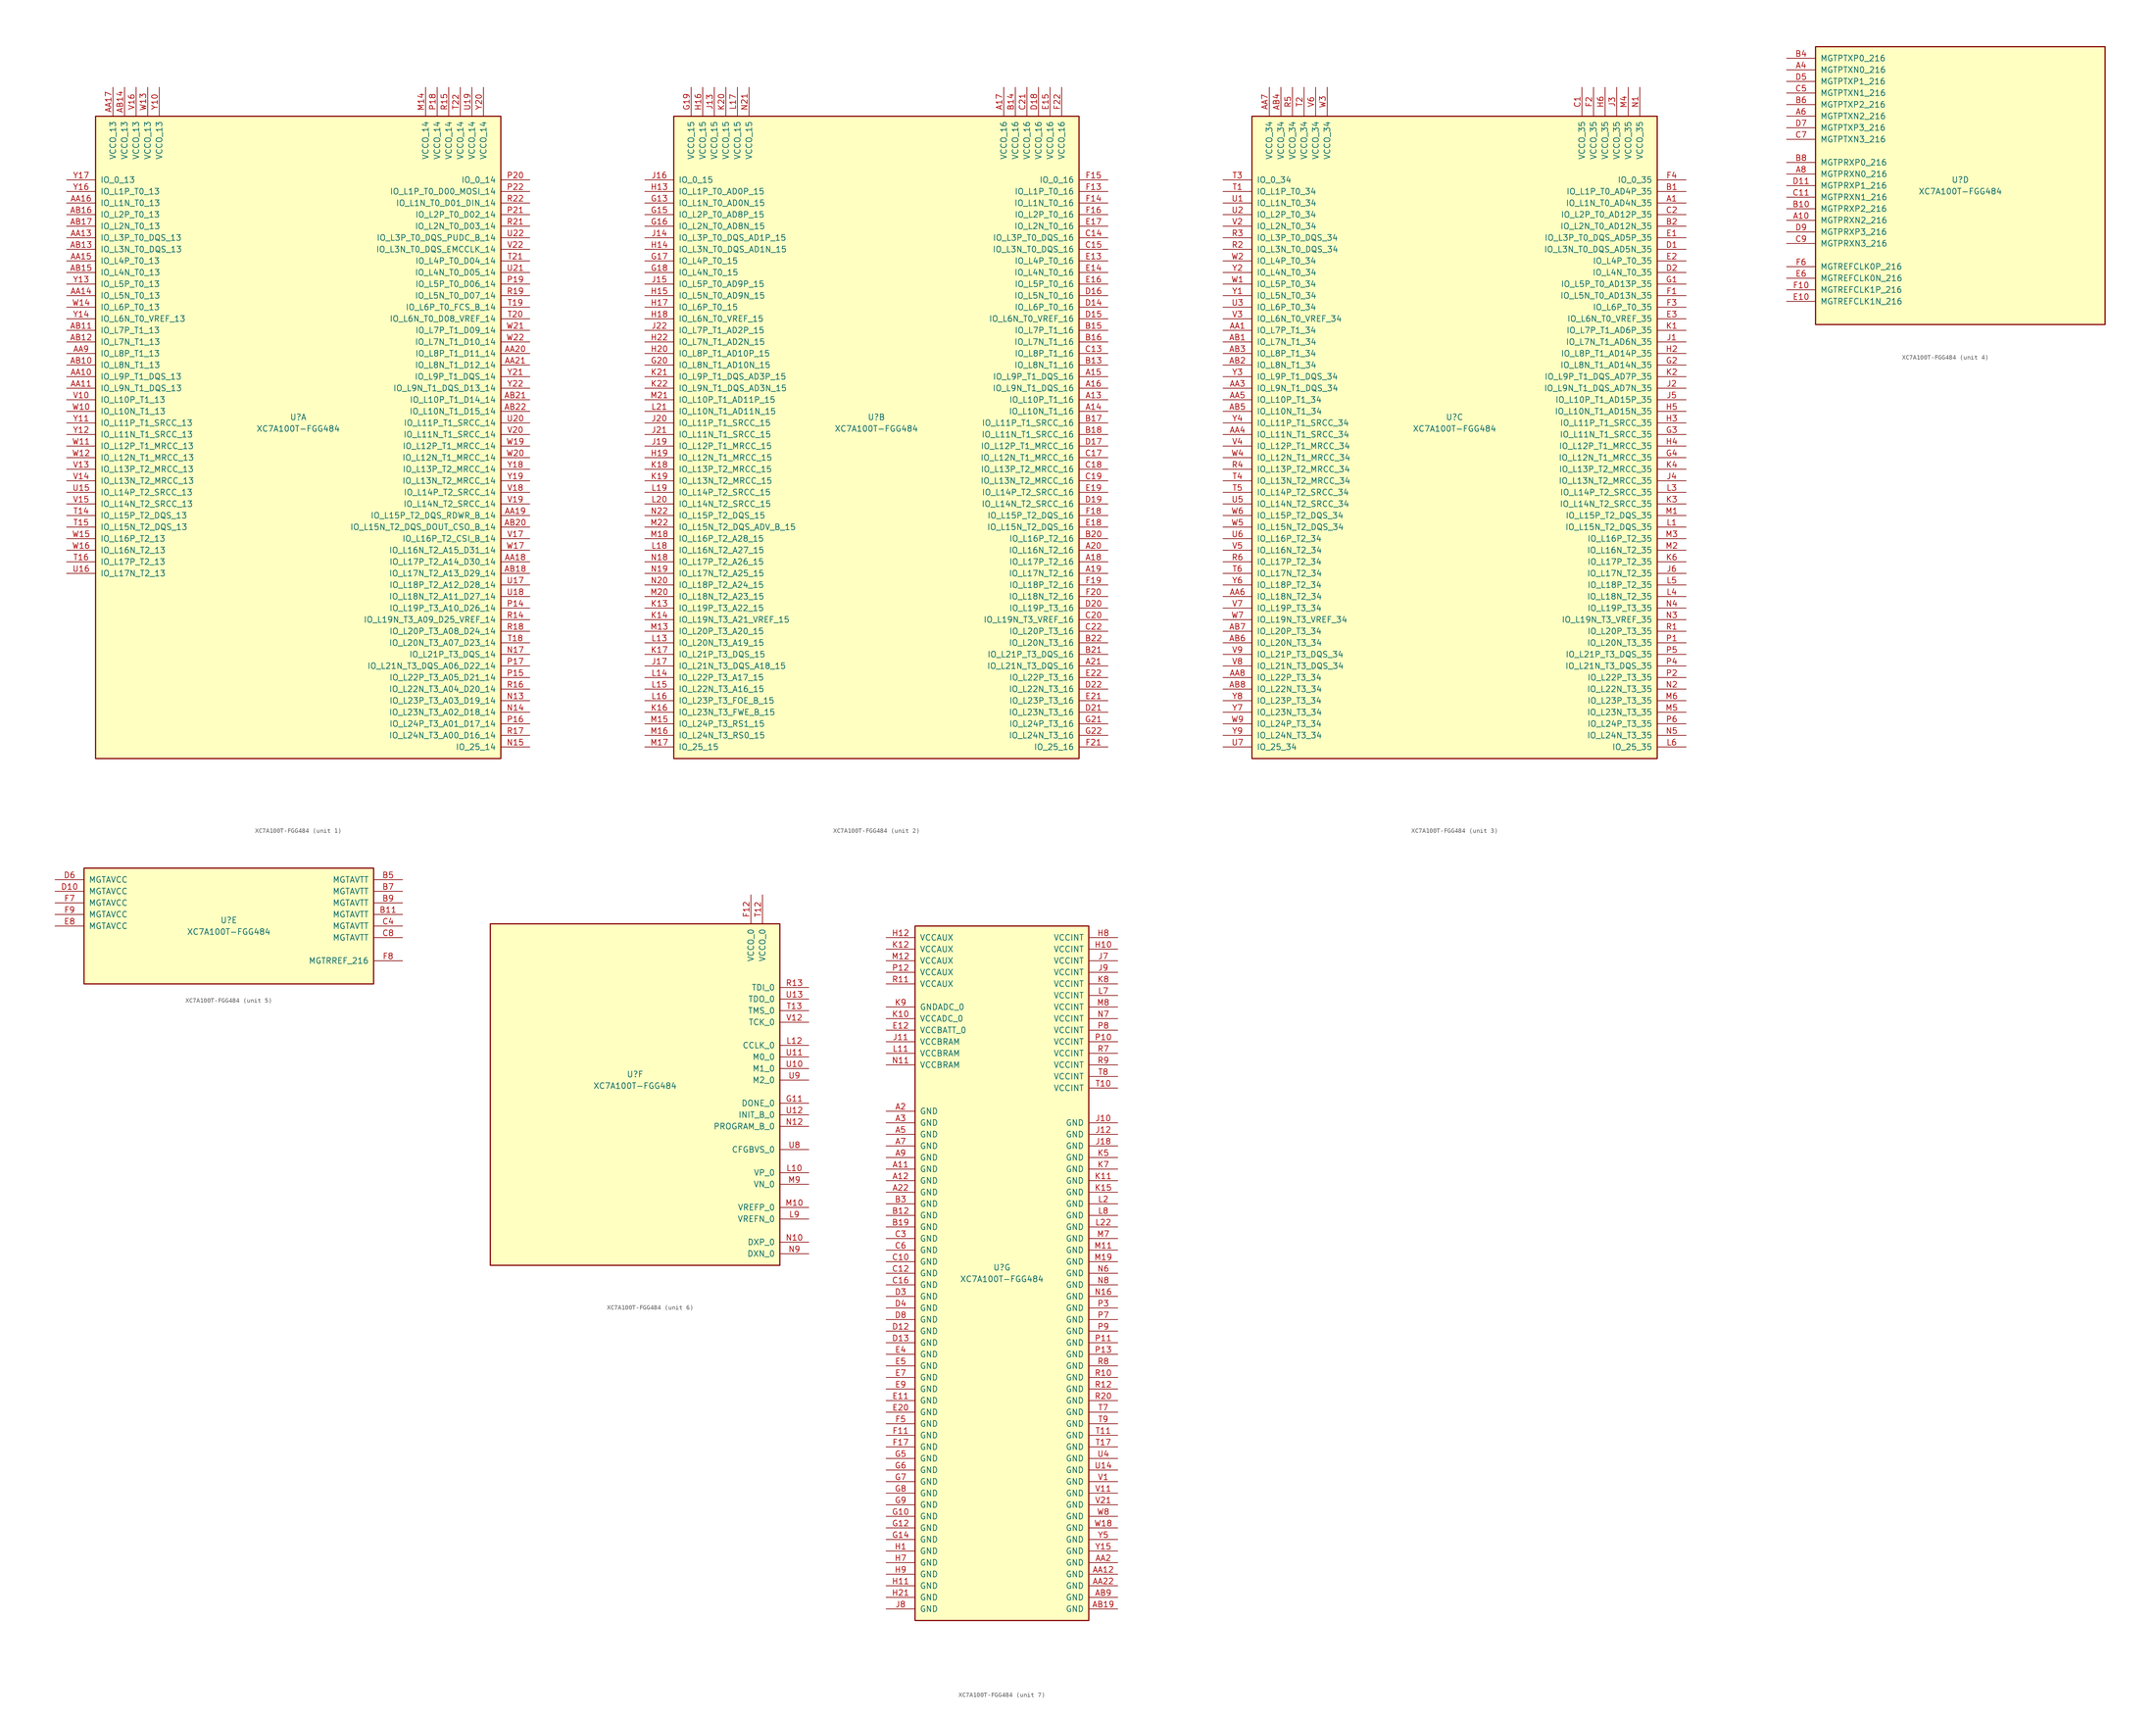
<source format=kicad_sym>
(kicad_symbol_lib
  (version 20231120)
  (generator "kicad_symbol_editor")
  (generator_version "8.0")
  (symbol "XC7A100T-FGG484"
    (pin_names
      (offset 1.016))
    (property "Reference" "U"
      (at 0 1.27 0)
      (effects (font (size 1.27 1.27))))
    (property "Value" "XC7A100T-FGG484"
      (at 0 -1.27 0)
      (effects (font (size 1.27 1.27))))
    (property "Datasheet" ""
      (at 0 0 0)
      (effects (font (size 1.27 1.27))))
    (property "ki_locked" ""
      (at 0 0 0)
      (effects (font (size 1.27 1.27))))
    (symbol "XC7A100T-FGG484_1_1"
      (rectangle (start -44.45 67.31) (end 44.45 -73.66) (stroke (width 0.254) (type solid)) (fill (type background)))
      (pin bidirectional line (at -50.8 10.16 0) (length 6.35) (name "IO_L9P_T1_DQS_13" (effects (font (size 1.27 1.27)))) (number "AA10" (effects (font (size 1.27 1.27)))))
      (pin bidirectional line (at -50.8 7.62 0) (length 6.35) (name "IO_L9N_T1_DQS_13" (effects (font (size 1.27 1.27)))) (number "AA11" (effects (font (size 1.27 1.27)))))
      (pin bidirectional line (at -50.8 40.64 0) (length 6.35) (name "IO_L3P_T0_DQS_13" (effects (font (size 1.27 1.27)))) (number "AA13" (effects (font (size 1.27 1.27)))))
      (pin bidirectional line (at -50.8 27.94 0) (length 6.35) (name "IO_L5N_T0_13" (effects (font (size 1.27 1.27)))) (number "AA14" (effects (font (size 1.27 1.27)))))
      (pin bidirectional line (at -50.8 35.56 0) (length 6.35) (name "IO_L4P_T0_13" (effects (font (size 1.27 1.27)))) (number "AA15" (effects (font (size 1.27 1.27)))))
      (pin bidirectional line (at -50.8 48.26 0) (length 6.35) (name "IO_L1N_T0_13" (effects (font (size 1.27 1.27)))) (number "AA16" (effects (font (size 1.27 1.27)))))
      (pin power_in line (at -40.64 73.66 270) (length 6.35) (name "VCCO_13" (effects (font (size 1.27 1.27)))) (number "AA17" (effects (font (size 1.27 1.27)))))
      (pin bidirectional line (at 50.8 -30.48 180) (length 6.35) (name "IO_L17P_T2_A14_D30_14" (effects (font (size 1.27 1.27)))) (number "AA18" (effects (font (size 1.27 1.27)))))
      (pin bidirectional line (at 50.8 -20.32 180) (length 6.35) (name "IO_L15P_T2_DQS_RDWR_B_14" (effects (font (size 1.27 1.27)))) (number "AA19" (effects (font (size 1.27 1.27)))))
      (pin bidirectional line (at 50.8 15.24 180) (length 6.35) (name "IO_L8P_T1_D11_14" (effects (font (size 1.27 1.27)))) (number "AA20" (effects (font (size 1.27 1.27)))))
      (pin bidirectional line (at 50.8 12.7 180) (length 6.35) (name "IO_L8N_T1_D12_14" (effects (font (size 1.27 1.27)))) (number "AA21" (effects (font (size 1.27 1.27)))))
      (pin bidirectional line (at -50.8 15.24 0) (length 6.35) (name "IO_L8P_T1_13" (effects (font (size 1.27 1.27)))) (number "AA9" (effects (font (size 1.27 1.27)))))
      (pin bidirectional line (at -50.8 12.7 0) (length 6.35) (name "IO_L8N_T1_13" (effects (font (size 1.27 1.27)))) (number "AB10" (effects (font (size 1.27 1.27)))))
      (pin bidirectional line (at -50.8 20.32 0) (length 6.35) (name "IO_L7P_T1_13" (effects (font (size 1.27 1.27)))) (number "AB11" (effects (font (size 1.27 1.27)))))
      (pin bidirectional line (at -50.8 17.78 0) (length 6.35) (name "IO_L7N_T1_13" (effects (font (size 1.27 1.27)))) (number "AB12" (effects (font (size 1.27 1.27)))))
      (pin bidirectional line (at -50.8 38.1 0) (length 6.35) (name "IO_L3N_T0_DQS_13" (effects (font (size 1.27 1.27)))) (number "AB13" (effects (font (size 1.27 1.27)))))
      (pin power_in line (at -38.1 73.66 270) (length 6.35) (name "VCCO_13" (effects (font (size 1.27 1.27)))) (number "AB14" (effects (font (size 1.27 1.27)))))
      (pin bidirectional line (at -50.8 33.02 0) (length 6.35) (name "IO_L4N_T0_13" (effects (font (size 1.27 1.27)))) (number "AB15" (effects (font (size 1.27 1.27)))))
      (pin bidirectional line (at -50.8 45.72 0) (length 6.35) (name "IO_L2P_T0_13" (effects (font (size 1.27 1.27)))) (number "AB16" (effects (font (size 1.27 1.27)))))
      (pin bidirectional line (at -50.8 43.18 0) (length 6.35) (name "IO_L2N_T0_13" (effects (font (size 1.27 1.27)))) (number "AB17" (effects (font (size 1.27 1.27)))))
      (pin bidirectional line (at 50.8 -33.02 180) (length 6.35) (name "IO_L17N_T2_A13_D29_14" (effects (font (size 1.27 1.27)))) (number "AB18" (effects (font (size 1.27 1.27)))))
      (pin bidirectional line (at 50.8 -22.86 180) (length 6.35) (name "IO_L15N_T2_DQS_DOUT_CSO_B_14" (effects (font (size 1.27 1.27)))) (number "AB20" (effects (font (size 1.27 1.27)))))
      (pin bidirectional line (at 50.8 5.08 180) (length 6.35) (name "IO_L10P_T1_D14_14" (effects (font (size 1.27 1.27)))) (number "AB21" (effects (font (size 1.27 1.27)))))
      (pin bidirectional line (at 50.8 2.54 180) (length 6.35) (name "IO_L10N_T1_D15_14" (effects (font (size 1.27 1.27)))) (number "AB22" (effects (font (size 1.27 1.27)))))
      (pin power_in line (at 27.94 73.66 270) (length 6.35) (name "VCCO_14" (effects (font (size 1.27 1.27)))) (number "M14" (effects (font (size 1.27 1.27)))))
      (pin bidirectional line (at 50.8 -60.96 180) (length 6.35) (name "IO_L23P_T3_A03_D19_14" (effects (font (size 1.27 1.27)))) (number "N13" (effects (font (size 1.27 1.27)))))
      (pin bidirectional line (at 50.8 -63.5 180) (length 6.35) (name "IO_L23N_T3_A02_D18_14" (effects (font (size 1.27 1.27)))) (number "N14" (effects (font (size 1.27 1.27)))))
      (pin bidirectional line (at 50.8 -71.12 180) (length 6.35) (name "IO_25_14" (effects (font (size 1.27 1.27)))) (number "N15" (effects (font (size 1.27 1.27)))))
      (pin bidirectional line (at 50.8 -50.8 180) (length 6.35) (name "IO_L21P_T3_DQS_14" (effects (font (size 1.27 1.27)))) (number "N17" (effects (font (size 1.27 1.27)))))
      (pin bidirectional line (at 50.8 -40.64 180) (length 6.35) (name "IO_L19P_T3_A10_D26_14" (effects (font (size 1.27 1.27)))) (number "P14" (effects (font (size 1.27 1.27)))))
      (pin bidirectional line (at 50.8 -55.88 180) (length 6.35) (name "IO_L22P_T3_A05_D21_14" (effects (font (size 1.27 1.27)))) (number "P15" (effects (font (size 1.27 1.27)))))
      (pin bidirectional line (at 50.8 -66.04 180) (length 6.35) (name "IO_L24P_T3_A01_D17_14" (effects (font (size 1.27 1.27)))) (number "P16" (effects (font (size 1.27 1.27)))))
      (pin bidirectional line (at 50.8 -53.34 180) (length 6.35) (name "IO_L21N_T3_DQS_A06_D22_14" (effects (font (size 1.27 1.27)))) (number "P17" (effects (font (size 1.27 1.27)))))
      (pin power_in line (at 30.48 73.66 270) (length 6.35) (name "VCCO_14" (effects (font (size 1.27 1.27)))) (number "P18" (effects (font (size 1.27 1.27)))))
      (pin bidirectional line (at 50.8 30.48 180) (length 6.35) (name "IO_L5P_T0_D06_14" (effects (font (size 1.27 1.27)))) (number "P19" (effects (font (size 1.27 1.27)))))
      (pin bidirectional line (at 50.8 53.34 180) (length 6.35) (name "IO_0_14" (effects (font (size 1.27 1.27)))) (number "P20" (effects (font (size 1.27 1.27)))))
      (pin bidirectional line (at 50.8 45.72 180) (length 6.35) (name "IO_L2P_T0_D02_14" (effects (font (size 1.27 1.27)))) (number "P21" (effects (font (size 1.27 1.27)))))
      (pin bidirectional line (at 50.8 50.8 180) (length 6.35) (name "IO_L1P_T0_D00_MOSI_14" (effects (font (size 1.27 1.27)))) (number "P22" (effects (font (size 1.27 1.27)))))
      (pin bidirectional line (at 50.8 -43.18 180) (length 6.35) (name "IO_L19N_T3_A09_D25_VREF_14" (effects (font (size 1.27 1.27)))) (number "R14" (effects (font (size 1.27 1.27)))))
      (pin power_in line (at 33.02 73.66 270) (length 6.35) (name "VCCO_14" (effects (font (size 1.27 1.27)))) (number "R15" (effects (font (size 1.27 1.27)))))
      (pin bidirectional line (at 50.8 -58.42 180) (length 6.35) (name "IO_L22N_T3_A04_D20_14" (effects (font (size 1.27 1.27)))) (number "R16" (effects (font (size 1.27 1.27)))))
      (pin bidirectional line (at 50.8 -68.58 180) (length 6.35) (name "IO_L24N_T3_A00_D16_14" (effects (font (size 1.27 1.27)))) (number "R17" (effects (font (size 1.27 1.27)))))
      (pin bidirectional line (at 50.8 -45.72 180) (length 6.35) (name "IO_L20P_T3_A08_D24_14" (effects (font (size 1.27 1.27)))) (number "R18" (effects (font (size 1.27 1.27)))))
      (pin bidirectional line (at 50.8 27.94 180) (length 6.35) (name "IO_L5N_T0_D07_14" (effects (font (size 1.27 1.27)))) (number "R19" (effects (font (size 1.27 1.27)))))
      (pin bidirectional line (at 50.8 43.18 180) (length 6.35) (name "IO_L2N_T0_D03_14" (effects (font (size 1.27 1.27)))) (number "R21" (effects (font (size 1.27 1.27)))))
      (pin bidirectional line (at 50.8 48.26 180) (length 6.35) (name "IO_L1N_T0_D01_DIN_14" (effects (font (size 1.27 1.27)))) (number "R22" (effects (font (size 1.27 1.27)))))
      (pin bidirectional line (at -50.8 -20.32 0) (length 6.35) (name "IO_L15P_T2_DQS_13" (effects (font (size 1.27 1.27)))) (number "T14" (effects (font (size 1.27 1.27)))))
      (pin bidirectional line (at -50.8 -22.86 0) (length 6.35) (name "IO_L15N_T2_DQS_13" (effects (font (size 1.27 1.27)))) (number "T15" (effects (font (size 1.27 1.27)))))
      (pin bidirectional line (at -50.8 -30.48 0) (length 6.35) (name "IO_L17P_T2_13" (effects (font (size 1.27 1.27)))) (number "T16" (effects (font (size 1.27 1.27)))))
      (pin bidirectional line (at 50.8 -48.26 180) (length 6.35) (name "IO_L20N_T3_A07_D23_14" (effects (font (size 1.27 1.27)))) (number "T18" (effects (font (size 1.27 1.27)))))
      (pin bidirectional line (at 50.8 25.4 180) (length 6.35) (name "IO_L6P_T0_FCS_B_14" (effects (font (size 1.27 1.27)))) (number "T19" (effects (font (size 1.27 1.27)))))
      (pin bidirectional line (at 50.8 22.86 180) (length 6.35) (name "IO_L6N_T0_D08_VREF_14" (effects (font (size 1.27 1.27)))) (number "T20" (effects (font (size 1.27 1.27)))))
      (pin bidirectional line (at 50.8 35.56 180) (length 6.35) (name "IO_L4P_T0_D04_14" (effects (font (size 1.27 1.27)))) (number "T21" (effects (font (size 1.27 1.27)))))
      (pin power_in line (at 35.56 73.66 270) (length 6.35) (name "VCCO_14" (effects (font (size 1.27 1.27)))) (number "T22" (effects (font (size 1.27 1.27)))))
      (pin bidirectional line (at -50.8 -15.24 0) (length 6.35) (name "IO_L14P_T2_SRCC_13" (effects (font (size 1.27 1.27)))) (number "U15" (effects (font (size 1.27 1.27)))))
      (pin bidirectional line (at -50.8 -33.02 0) (length 6.35) (name "IO_L17N_T2_13" (effects (font (size 1.27 1.27)))) (number "U16" (effects (font (size 1.27 1.27)))))
      (pin bidirectional line (at 50.8 -35.56 180) (length 6.35) (name "IO_L18P_T2_A12_D28_14" (effects (font (size 1.27 1.27)))) (number "U17" (effects (font (size 1.27 1.27)))))
      (pin bidirectional line (at 50.8 -38.1 180) (length 6.35) (name "IO_L18N_T2_A11_D27_14" (effects (font (size 1.27 1.27)))) (number "U18" (effects (font (size 1.27 1.27)))))
      (pin power_in line (at 38.1 73.66 270) (length 6.35) (name "VCCO_14" (effects (font (size 1.27 1.27)))) (number "U19" (effects (font (size 1.27 1.27)))))
      (pin bidirectional line (at 50.8 0 180) (length 6.35) (name "IO_L11P_T1_SRCC_14" (effects (font (size 1.27 1.27)))) (number "U20" (effects (font (size 1.27 1.27)))))
      (pin bidirectional line (at 50.8 33.02 180) (length 6.35) (name "IO_L4N_T0_D05_14" (effects (font (size 1.27 1.27)))) (number "U21" (effects (font (size 1.27 1.27)))))
      (pin bidirectional line (at 50.8 40.64 180) (length 6.35) (name "IO_L3P_T0_DQS_PUDC_B_14" (effects (font (size 1.27 1.27)))) (number "U22" (effects (font (size 1.27 1.27)))))
      (pin bidirectional line (at -50.8 5.08 0) (length 6.35) (name "IO_L10P_T1_13" (effects (font (size 1.27 1.27)))) (number "V10" (effects (font (size 1.27 1.27)))))
      (pin bidirectional line (at -50.8 -10.16 0) (length 6.35) (name "IO_L13P_T2_MRCC_13" (effects (font (size 1.27 1.27)))) (number "V13" (effects (font (size 1.27 1.27)))))
      (pin bidirectional line (at -50.8 -12.7 0) (length 6.35) (name "IO_L13N_T2_MRCC_13" (effects (font (size 1.27 1.27)))) (number "V14" (effects (font (size 1.27 1.27)))))
      (pin bidirectional line (at -50.8 -17.78 0) (length 6.35) (name "IO_L14N_T2_SRCC_13" (effects (font (size 1.27 1.27)))) (number "V15" (effects (font (size 1.27 1.27)))))
      (pin power_in line (at -35.56 73.66 270) (length 6.35) (name "VCCO_13" (effects (font (size 1.27 1.27)))) (number "V16" (effects (font (size 1.27 1.27)))))
      (pin bidirectional line (at 50.8 -25.4 180) (length 6.35) (name "IO_L16P_T2_CSI_B_14" (effects (font (size 1.27 1.27)))) (number "V17" (effects (font (size 1.27 1.27)))))
      (pin bidirectional line (at 50.8 -15.24 180) (length 6.35) (name "IO_L14P_T2_SRCC_14" (effects (font (size 1.27 1.27)))) (number "V18" (effects (font (size 1.27 1.27)))))
      (pin bidirectional line (at 50.8 -17.78 180) (length 6.35) (name "IO_L14N_T2_SRCC_14" (effects (font (size 1.27 1.27)))) (number "V19" (effects (font (size 1.27 1.27)))))
      (pin bidirectional line (at 50.8 -2.54 180) (length 6.35) (name "IO_L11N_T1_SRCC_14" (effects (font (size 1.27 1.27)))) (number "V20" (effects (font (size 1.27 1.27)))))
      (pin bidirectional line (at 50.8 38.1 180) (length 6.35) (name "IO_L3N_T0_DQS_EMCCLK_14" (effects (font (size 1.27 1.27)))) (number "V22" (effects (font (size 1.27 1.27)))))
      (pin bidirectional line (at -50.8 2.54 0) (length 6.35) (name "IO_L10N_T1_13" (effects (font (size 1.27 1.27)))) (number "W10" (effects (font (size 1.27 1.27)))))
      (pin bidirectional line (at -50.8 -5.08 0) (length 6.35) (name "IO_L12P_T1_MRCC_13" (effects (font (size 1.27 1.27)))) (number "W11" (effects (font (size 1.27 1.27)))))
      (pin bidirectional line (at -50.8 -7.62 0) (length 6.35) (name "IO_L12N_T1_MRCC_13" (effects (font (size 1.27 1.27)))) (number "W12" (effects (font (size 1.27 1.27)))))
      (pin power_in line (at -33.02 73.66 270) (length 6.35) (name "VCCO_13" (effects (font (size 1.27 1.27)))) (number "W13" (effects (font (size 1.27 1.27)))))
      (pin bidirectional line (at -50.8 25.4 0) (length 6.35) (name "IO_L6P_T0_13" (effects (font (size 1.27 1.27)))) (number "W14" (effects (font (size 1.27 1.27)))))
      (pin bidirectional line (at -50.8 -25.4 0) (length 6.35) (name "IO_L16P_T2_13" (effects (font (size 1.27 1.27)))) (number "W15" (effects (font (size 1.27 1.27)))))
      (pin bidirectional line (at -50.8 -27.94 0) (length 6.35) (name "IO_L16N_T2_13" (effects (font (size 1.27 1.27)))) (number "W16" (effects (font (size 1.27 1.27)))))
      (pin bidirectional line (at 50.8 -27.94 180) (length 6.35) (name "IO_L16N_T2_A15_D31_14" (effects (font (size 1.27 1.27)))) (number "W17" (effects (font (size 1.27 1.27)))))
      (pin bidirectional line (at 50.8 -5.08 180) (length 6.35) (name "IO_L12P_T1_MRCC_14" (effects (font (size 1.27 1.27)))) (number "W19" (effects (font (size 1.27 1.27)))))
      (pin bidirectional line (at 50.8 -7.62 180) (length 6.35) (name "IO_L12N_T1_MRCC_14" (effects (font (size 1.27 1.27)))) (number "W20" (effects (font (size 1.27 1.27)))))
      (pin bidirectional line (at 50.8 20.32 180) (length 6.35) (name "IO_L7P_T1_D09_14" (effects (font (size 1.27 1.27)))) (number "W21" (effects (font (size 1.27 1.27)))))
      (pin bidirectional line (at 50.8 17.78 180) (length 6.35) (name "IO_L7N_T1_D10_14" (effects (font (size 1.27 1.27)))) (number "W22" (effects (font (size 1.27 1.27)))))
      (pin power_in line (at -30.48 73.66 270) (length 6.35) (name "VCCO_13" (effects (font (size 1.27 1.27)))) (number "Y10" (effects (font (size 1.27 1.27)))))
      (pin bidirectional line (at -50.8 0 0) (length 6.35) (name "IO_L11P_T1_SRCC_13" (effects (font (size 1.27 1.27)))) (number "Y11" (effects (font (size 1.27 1.27)))))
      (pin bidirectional line (at -50.8 -2.54 0) (length 6.35) (name "IO_L11N_T1_SRCC_13" (effects (font (size 1.27 1.27)))) (number "Y12" (effects (font (size 1.27 1.27)))))
      (pin bidirectional line (at -50.8 30.48 0) (length 6.35) (name "IO_L5P_T0_13" (effects (font (size 1.27 1.27)))) (number "Y13" (effects (font (size 1.27 1.27)))))
      (pin bidirectional line (at -50.8 22.86 0) (length 6.35) (name "IO_L6N_T0_VREF_13" (effects (font (size 1.27 1.27)))) (number "Y14" (effects (font (size 1.27 1.27)))))
      (pin bidirectional line (at -50.8 50.8 0) (length 6.35) (name "IO_L1P_T0_13" (effects (font (size 1.27 1.27)))) (number "Y16" (effects (font (size 1.27 1.27)))))
      (pin bidirectional line (at -50.8 53.34 0) (length 6.35) (name "IO_0_13" (effects (font (size 1.27 1.27)))) (number "Y17" (effects (font (size 1.27 1.27)))))
      (pin bidirectional line (at 50.8 -10.16 180) (length 6.35) (name "IO_L13P_T2_MRCC_14" (effects (font (size 1.27 1.27)))) (number "Y18" (effects (font (size 1.27 1.27)))))
      (pin bidirectional line (at 50.8 -12.7 180) (length 6.35) (name "IO_L13N_T2_MRCC_14" (effects (font (size 1.27 1.27)))) (number "Y19" (effects (font (size 1.27 1.27)))))
      (pin power_in line (at 40.64 73.66 270) (length 6.35) (name "VCCO_14" (effects (font (size 1.27 1.27)))) (number "Y20" (effects (font (size 1.27 1.27)))))
      (pin bidirectional line (at 50.8 10.16 180) (length 6.35) (name "IO_L9P_T1_DQS_14" (effects (font (size 1.27 1.27)))) (number "Y21" (effects (font (size 1.27 1.27)))))
      (pin bidirectional line (at 50.8 7.62 180) (length 6.35) (name "IO_L9N_T1_DQS_D13_14" (effects (font (size 1.27 1.27)))) (number "Y22" (effects (font (size 1.27 1.27))))))
    (symbol "XC7A100T-FGG484_2_1"
      (rectangle (start -44.45 67.31) (end 44.45 -73.66) (stroke (width 0.254) (type solid)) (fill (type background)))
      (pin bidirectional line (at 50.8 5.08 180) (length 6.35) (name "IO_L10P_T1_16" (effects (font (size 1.27 1.27)))) (number "A13" (effects (font (size 1.27 1.27)))))
      (pin bidirectional line (at 50.8 2.54 180) (length 6.35) (name "IO_L10N_T1_16" (effects (font (size 1.27 1.27)))) (number "A14" (effects (font (size 1.27 1.27)))))
      (pin bidirectional line (at 50.8 10.16 180) (length 6.35) (name "IO_L9P_T1_DQS_16" (effects (font (size 1.27 1.27)))) (number "A15" (effects (font (size 1.27 1.27)))))
      (pin bidirectional line (at 50.8 7.62 180) (length 6.35) (name "IO_L9N_T1_DQS_16" (effects (font (size 1.27 1.27)))) (number "A16" (effects (font (size 1.27 1.27)))))
      (pin power_in line (at 27.94 73.66 270) (length 6.35) (name "VCCO_16" (effects (font (size 1.27 1.27)))) (number "A17" (effects (font (size 1.27 1.27)))))
      (pin bidirectional line (at 50.8 -30.48 180) (length 6.35) (name "IO_L17P_T2_16" (effects (font (size 1.27 1.27)))) (number "A18" (effects (font (size 1.27 1.27)))))
      (pin bidirectional line (at 50.8 -33.02 180) (length 6.35) (name "IO_L17N_T2_16" (effects (font (size 1.27 1.27)))) (number "A19" (effects (font (size 1.27 1.27)))))
      (pin bidirectional line (at 50.8 -27.94 180) (length 6.35) (name "IO_L16N_T2_16" (effects (font (size 1.27 1.27)))) (number "A20" (effects (font (size 1.27 1.27)))))
      (pin bidirectional line (at 50.8 -53.34 180) (length 6.35) (name "IO_L21N_T3_DQS_16" (effects (font (size 1.27 1.27)))) (number "A21" (effects (font (size 1.27 1.27)))))
      (pin bidirectional line (at 50.8 12.7 180) (length 6.35) (name "IO_L8N_T1_16" (effects (font (size 1.27 1.27)))) (number "B13" (effects (font (size 1.27 1.27)))))
      (pin power_in line (at 30.48 73.66 270) (length 6.35) (name "VCCO_16" (effects (font (size 1.27 1.27)))) (number "B14" (effects (font (size 1.27 1.27)))))
      (pin bidirectional line (at 50.8 20.32 180) (length 6.35) (name "IO_L7P_T1_16" (effects (font (size 1.27 1.27)))) (number "B15" (effects (font (size 1.27 1.27)))))
      (pin bidirectional line (at 50.8 17.78 180) (length 6.35) (name "IO_L7N_T1_16" (effects (font (size 1.27 1.27)))) (number "B16" (effects (font (size 1.27 1.27)))))
      (pin bidirectional line (at 50.8 0 180) (length 6.35) (name "IO_L11P_T1_SRCC_16" (effects (font (size 1.27 1.27)))) (number "B17" (effects (font (size 1.27 1.27)))))
      (pin bidirectional line (at 50.8 -2.54 180) (length 6.35) (name "IO_L11N_T1_SRCC_16" (effects (font (size 1.27 1.27)))) (number "B18" (effects (font (size 1.27 1.27)))))
      (pin bidirectional line (at 50.8 -25.4 180) (length 6.35) (name "IO_L16P_T2_16" (effects (font (size 1.27 1.27)))) (number "B20" (effects (font (size 1.27 1.27)))))
      (pin bidirectional line (at 50.8 -50.8 180) (length 6.35) (name "IO_L21P_T3_DQS_16" (effects (font (size 1.27 1.27)))) (number "B21" (effects (font (size 1.27 1.27)))))
      (pin bidirectional line (at 50.8 -48.26 180) (length 6.35) (name "IO_L20N_T3_16" (effects (font (size 1.27 1.27)))) (number "B22" (effects (font (size 1.27 1.27)))))
      (pin bidirectional line (at 50.8 15.24 180) (length 6.35) (name "IO_L8P_T1_16" (effects (font (size 1.27 1.27)))) (number "C13" (effects (font (size 1.27 1.27)))))
      (pin bidirectional line (at 50.8 40.64 180) (length 6.35) (name "IO_L3P_T0_DQS_16" (effects (font (size 1.27 1.27)))) (number "C14" (effects (font (size 1.27 1.27)))))
      (pin bidirectional line (at 50.8 38.1 180) (length 6.35) (name "IO_L3N_T0_DQS_16" (effects (font (size 1.27 1.27)))) (number "C15" (effects (font (size 1.27 1.27)))))
      (pin bidirectional line (at 50.8 -7.62 180) (length 6.35) (name "IO_L12N_T1_MRCC_16" (effects (font (size 1.27 1.27)))) (number "C17" (effects (font (size 1.27 1.27)))))
      (pin bidirectional line (at 50.8 -10.16 180) (length 6.35) (name "IO_L13P_T2_MRCC_16" (effects (font (size 1.27 1.27)))) (number "C18" (effects (font (size 1.27 1.27)))))
      (pin bidirectional line (at 50.8 -12.7 180) (length 6.35) (name "IO_L13N_T2_MRCC_16" (effects (font (size 1.27 1.27)))) (number "C19" (effects (font (size 1.27 1.27)))))
      (pin bidirectional line (at 50.8 -43.18 180) (length 6.35) (name "IO_L19N_T3_VREF_16" (effects (font (size 1.27 1.27)))) (number "C20" (effects (font (size 1.27 1.27)))))
      (pin power_in line (at 33.02 73.66 270) (length 6.35) (name "VCCO_16" (effects (font (size 1.27 1.27)))) (number "C21" (effects (font (size 1.27 1.27)))))
      (pin bidirectional line (at 50.8 -45.72 180) (length 6.35) (name "IO_L20P_T3_16" (effects (font (size 1.27 1.27)))) (number "C22" (effects (font (size 1.27 1.27)))))
      (pin bidirectional line (at 50.8 25.4 180) (length 6.35) (name "IO_L6P_T0_16" (effects (font (size 1.27 1.27)))) (number "D14" (effects (font (size 1.27 1.27)))))
      (pin bidirectional line (at 50.8 22.86 180) (length 6.35) (name "IO_L6N_T0_VREF_16" (effects (font (size 1.27 1.27)))) (number "D15" (effects (font (size 1.27 1.27)))))
      (pin bidirectional line (at 50.8 27.94 180) (length 6.35) (name "IO_L5N_T0_16" (effects (font (size 1.27 1.27)))) (number "D16" (effects (font (size 1.27 1.27)))))
      (pin bidirectional line (at 50.8 -5.08 180) (length 6.35) (name "IO_L12P_T1_MRCC_16" (effects (font (size 1.27 1.27)))) (number "D17" (effects (font (size 1.27 1.27)))))
      (pin power_in line (at 35.56 73.66 270) (length 6.35) (name "VCCO_16" (effects (font (size 1.27 1.27)))) (number "D18" (effects (font (size 1.27 1.27)))))
      (pin bidirectional line (at 50.8 -17.78 180) (length 6.35) (name "IO_L14N_T2_SRCC_16" (effects (font (size 1.27 1.27)))) (number "D19" (effects (font (size 1.27 1.27)))))
      (pin bidirectional line (at 50.8 -40.64 180) (length 6.35) (name "IO_L19P_T3_16" (effects (font (size 1.27 1.27)))) (number "D20" (effects (font (size 1.27 1.27)))))
      (pin bidirectional line (at 50.8 -63.5 180) (length 6.35) (name "IO_L23N_T3_16" (effects (font (size 1.27 1.27)))) (number "D21" (effects (font (size 1.27 1.27)))))
      (pin bidirectional line (at 50.8 -58.42 180) (length 6.35) (name "IO_L22N_T3_16" (effects (font (size 1.27 1.27)))) (number "D22" (effects (font (size 1.27 1.27)))))
      (pin bidirectional line (at 50.8 35.56 180) (length 6.35) (name "IO_L4P_T0_16" (effects (font (size 1.27 1.27)))) (number "E13" (effects (font (size 1.27 1.27)))))
      (pin bidirectional line (at 50.8 33.02 180) (length 6.35) (name "IO_L4N_T0_16" (effects (font (size 1.27 1.27)))) (number "E14" (effects (font (size 1.27 1.27)))))
      (pin power_in line (at 38.1 73.66 270) (length 6.35) (name "VCCO_16" (effects (font (size 1.27 1.27)))) (number "E15" (effects (font (size 1.27 1.27)))))
      (pin bidirectional line (at 50.8 30.48 180) (length 6.35) (name "IO_L5P_T0_16" (effects (font (size 1.27 1.27)))) (number "E16" (effects (font (size 1.27 1.27)))))
      (pin bidirectional line (at 50.8 43.18 180) (length 6.35) (name "IO_L2N_T0_16" (effects (font (size 1.27 1.27)))) (number "E17" (effects (font (size 1.27 1.27)))))
      (pin bidirectional line (at 50.8 -22.86 180) (length 6.35) (name "IO_L15N_T2_DQS_16" (effects (font (size 1.27 1.27)))) (number "E18" (effects (font (size 1.27 1.27)))))
      (pin bidirectional line (at 50.8 -15.24 180) (length 6.35) (name "IO_L14P_T2_SRCC_16" (effects (font (size 1.27 1.27)))) (number "E19" (effects (font (size 1.27 1.27)))))
      (pin bidirectional line (at 50.8 -60.96 180) (length 6.35) (name "IO_L23P_T3_16" (effects (font (size 1.27 1.27)))) (number "E21" (effects (font (size 1.27 1.27)))))
      (pin bidirectional line (at 50.8 -55.88 180) (length 6.35) (name "IO_L22P_T3_16" (effects (font (size 1.27 1.27)))) (number "E22" (effects (font (size 1.27 1.27)))))
      (pin bidirectional line (at 50.8 50.8 180) (length 6.35) (name "IO_L1P_T0_16" (effects (font (size 1.27 1.27)))) (number "F13" (effects (font (size 1.27 1.27)))))
      (pin bidirectional line (at 50.8 48.26 180) (length 6.35) (name "IO_L1N_T0_16" (effects (font (size 1.27 1.27)))) (number "F14" (effects (font (size 1.27 1.27)))))
      (pin bidirectional line (at 50.8 53.34 180) (length 6.35) (name "IO_0_16" (effects (font (size 1.27 1.27)))) (number "F15" (effects (font (size 1.27 1.27)))))
      (pin bidirectional line (at 50.8 45.72 180) (length 6.35) (name "IO_L2P_T0_16" (effects (font (size 1.27 1.27)))) (number "F16" (effects (font (size 1.27 1.27)))))
      (pin bidirectional line (at 50.8 -20.32 180) (length 6.35) (name "IO_L15P_T2_DQS_16" (effects (font (size 1.27 1.27)))) (number "F18" (effects (font (size 1.27 1.27)))))
      (pin bidirectional line (at 50.8 -35.56 180) (length 6.35) (name "IO_L18P_T2_16" (effects (font (size 1.27 1.27)))) (number "F19" (effects (font (size 1.27 1.27)))))
      (pin bidirectional line (at 50.8 -38.1 180) (length 6.35) (name "IO_L18N_T2_16" (effects (font (size 1.27 1.27)))) (number "F20" (effects (font (size 1.27 1.27)))))
      (pin bidirectional line (at 50.8 -71.12 180) (length 6.35) (name "IO_25_16" (effects (font (size 1.27 1.27)))) (number "F21" (effects (font (size 1.27 1.27)))))
      (pin power_in line (at 40.64 73.66 270) (length 6.35) (name "VCCO_16" (effects (font (size 1.27 1.27)))) (number "F22" (effects (font (size 1.27 1.27)))))
      (pin bidirectional line (at -50.8 48.26 0) (length 6.35) (name "IO_L1N_T0_AD0N_15" (effects (font (size 1.27 1.27)))) (number "G13" (effects (font (size 1.27 1.27)))))
      (pin bidirectional line (at -50.8 45.72 0) (length 6.35) (name "IO_L2P_T0_AD8P_15" (effects (font (size 1.27 1.27)))) (number "G15" (effects (font (size 1.27 1.27)))))
      (pin bidirectional line (at -50.8 43.18 0) (length 6.35) (name "IO_L2N_T0_AD8N_15" (effects (font (size 1.27 1.27)))) (number "G16" (effects (font (size 1.27 1.27)))))
      (pin bidirectional line (at -50.8 35.56 0) (length 6.35) (name "IO_L4P_T0_15" (effects (font (size 1.27 1.27)))) (number "G17" (effects (font (size 1.27 1.27)))))
      (pin bidirectional line (at -50.8 33.02 0) (length 6.35) (name "IO_L4N_T0_15" (effects (font (size 1.27 1.27)))) (number "G18" (effects (font (size 1.27 1.27)))))
      (pin power_in line (at -40.64 73.66 270) (length 6.35) (name "VCCO_15" (effects (font (size 1.27 1.27)))) (number "G19" (effects (font (size 1.27 1.27)))))
      (pin bidirectional line (at -50.8 12.7 0) (length 6.35) (name "IO_L8N_T1_AD10N_15" (effects (font (size 1.27 1.27)))) (number "G20" (effects (font (size 1.27 1.27)))))
      (pin bidirectional line (at 50.8 -66.04 180) (length 6.35) (name "IO_L24P_T3_16" (effects (font (size 1.27 1.27)))) (number "G21" (effects (font (size 1.27 1.27)))))
      (pin bidirectional line (at 50.8 -68.58 180) (length 6.35) (name "IO_L24N_T3_16" (effects (font (size 1.27 1.27)))) (number "G22" (effects (font (size 1.27 1.27)))))
      (pin bidirectional line (at -50.8 50.8 0) (length 6.35) (name "IO_L1P_T0_AD0P_15" (effects (font (size 1.27 1.27)))) (number "H13" (effects (font (size 1.27 1.27)))))
      (pin bidirectional line (at -50.8 38.1 0) (length 6.35) (name "IO_L3N_T0_DQS_AD1N_15" (effects (font (size 1.27 1.27)))) (number "H14" (effects (font (size 1.27 1.27)))))
      (pin bidirectional line (at -50.8 27.94 0) (length 6.35) (name "IO_L5N_T0_AD9N_15" (effects (font (size 1.27 1.27)))) (number "H15" (effects (font (size 1.27 1.27)))))
      (pin power_in line (at -38.1 73.66 270) (length 6.35) (name "VCCO_15" (effects (font (size 1.27 1.27)))) (number "H16" (effects (font (size 1.27 1.27)))))
      (pin bidirectional line (at -50.8 25.4 0) (length 6.35) (name "IO_L6P_T0_15" (effects (font (size 1.27 1.27)))) (number "H17" (effects (font (size 1.27 1.27)))))
      (pin bidirectional line (at -50.8 22.86 0) (length 6.35) (name "IO_L6N_T0_VREF_15" (effects (font (size 1.27 1.27)))) (number "H18" (effects (font (size 1.27 1.27)))))
      (pin bidirectional line (at -50.8 -7.62 0) (length 6.35) (name "IO_L12N_T1_MRCC_15" (effects (font (size 1.27 1.27)))) (number "H19" (effects (font (size 1.27 1.27)))))
      (pin bidirectional line (at -50.8 15.24 0) (length 6.35) (name "IO_L8P_T1_AD10P_15" (effects (font (size 1.27 1.27)))) (number "H20" (effects (font (size 1.27 1.27)))))
      (pin bidirectional line (at -50.8 17.78 0) (length 6.35) (name "IO_L7N_T1_AD2N_15" (effects (font (size 1.27 1.27)))) (number "H22" (effects (font (size 1.27 1.27)))))
      (pin power_in line (at -35.56 73.66 270) (length 6.35) (name "VCCO_15" (effects (font (size 1.27 1.27)))) (number "J13" (effects (font (size 1.27 1.27)))))
      (pin bidirectional line (at -50.8 40.64 0) (length 6.35) (name "IO_L3P_T0_DQS_AD1P_15" (effects (font (size 1.27 1.27)))) (number "J14" (effects (font (size 1.27 1.27)))))
      (pin bidirectional line (at -50.8 30.48 0) (length 6.35) (name "IO_L5P_T0_AD9P_15" (effects (font (size 1.27 1.27)))) (number "J15" (effects (font (size 1.27 1.27)))))
      (pin bidirectional line (at -50.8 53.34 0) (length 6.35) (name "IO_0_15" (effects (font (size 1.27 1.27)))) (number "J16" (effects (font (size 1.27 1.27)))))
      (pin bidirectional line (at -50.8 -53.34 0) (length 6.35) (name "IO_L21N_T3_DQS_A18_15" (effects (font (size 1.27 1.27)))) (number "J17" (effects (font (size 1.27 1.27)))))
      (pin bidirectional line (at -50.8 -5.08 0) (length 6.35) (name "IO_L12P_T1_MRCC_15" (effects (font (size 1.27 1.27)))) (number "J19" (effects (font (size 1.27 1.27)))))
      (pin bidirectional line (at -50.8 0 0) (length 6.35) (name "IO_L11P_T1_SRCC_15" (effects (font (size 1.27 1.27)))) (number "J20" (effects (font (size 1.27 1.27)))))
      (pin bidirectional line (at -50.8 -2.54 0) (length 6.35) (name "IO_L11N_T1_SRCC_15" (effects (font (size 1.27 1.27)))) (number "J21" (effects (font (size 1.27 1.27)))))
      (pin bidirectional line (at -50.8 20.32 0) (length 6.35) (name "IO_L7P_T1_AD2P_15" (effects (font (size 1.27 1.27)))) (number "J22" (effects (font (size 1.27 1.27)))))
      (pin bidirectional line (at -50.8 -40.64 0) (length 6.35) (name "IO_L19P_T3_A22_15" (effects (font (size 1.27 1.27)))) (number "K13" (effects (font (size 1.27 1.27)))))
      (pin bidirectional line (at -50.8 -43.18 0) (length 6.35) (name "IO_L19N_T3_A21_VREF_15" (effects (font (size 1.27 1.27)))) (number "K14" (effects (font (size 1.27 1.27)))))
      (pin bidirectional line (at -50.8 -63.5 0) (length 6.35) (name "IO_L23N_T3_FWE_B_15" (effects (font (size 1.27 1.27)))) (number "K16" (effects (font (size 1.27 1.27)))))
      (pin bidirectional line (at -50.8 -50.8 0) (length 6.35) (name "IO_L21P_T3_DQS_15" (effects (font (size 1.27 1.27)))) (number "K17" (effects (font (size 1.27 1.27)))))
      (pin bidirectional line (at -50.8 -10.16 0) (length 6.35) (name "IO_L13P_T2_MRCC_15" (effects (font (size 1.27 1.27)))) (number "K18" (effects (font (size 1.27 1.27)))))
      (pin bidirectional line (at -50.8 -12.7 0) (length 6.35) (name "IO_L13N_T2_MRCC_15" (effects (font (size 1.27 1.27)))) (number "K19" (effects (font (size 1.27 1.27)))))
      (pin power_in line (at -33.02 73.66 270) (length 6.35) (name "VCCO_15" (effects (font (size 1.27 1.27)))) (number "K20" (effects (font (size 1.27 1.27)))))
      (pin bidirectional line (at -50.8 10.16 0) (length 6.35) (name "IO_L9P_T1_DQS_AD3P_15" (effects (font (size 1.27 1.27)))) (number "K21" (effects (font (size 1.27 1.27)))))
      (pin bidirectional line (at -50.8 7.62 0) (length 6.35) (name "IO_L9N_T1_DQS_AD3N_15" (effects (font (size 1.27 1.27)))) (number "K22" (effects (font (size 1.27 1.27)))))
      (pin bidirectional line (at -50.8 -48.26 0) (length 6.35) (name "IO_L20N_T3_A19_15" (effects (font (size 1.27 1.27)))) (number "L13" (effects (font (size 1.27 1.27)))))
      (pin bidirectional line (at -50.8 -55.88 0) (length 6.35) (name "IO_L22P_T3_A17_15" (effects (font (size 1.27 1.27)))) (number "L14" (effects (font (size 1.27 1.27)))))
      (pin bidirectional line (at -50.8 -58.42 0) (length 6.35) (name "IO_L22N_T3_A16_15" (effects (font (size 1.27 1.27)))) (number "L15" (effects (font (size 1.27 1.27)))))
      (pin bidirectional line (at -50.8 -60.96 0) (length 6.35) (name "IO_L23P_T3_FOE_B_15" (effects (font (size 1.27 1.27)))) (number "L16" (effects (font (size 1.27 1.27)))))
      (pin power_in line (at -30.48 73.66 270) (length 6.35) (name "VCCO_15" (effects (font (size 1.27 1.27)))) (number "L17" (effects (font (size 1.27 1.27)))))
      (pin bidirectional line (at -50.8 -27.94 0) (length 6.35) (name "IO_L16N_T2_A27_15" (effects (font (size 1.27 1.27)))) (number "L18" (effects (font (size 1.27 1.27)))))
      (pin bidirectional line (at -50.8 -15.24 0) (length 6.35) (name "IO_L14P_T2_SRCC_15" (effects (font (size 1.27 1.27)))) (number "L19" (effects (font (size 1.27 1.27)))))
      (pin bidirectional line (at -50.8 -17.78 0) (length 6.35) (name "IO_L14N_T2_SRCC_15" (effects (font (size 1.27 1.27)))) (number "L20" (effects (font (size 1.27 1.27)))))
      (pin bidirectional line (at -50.8 2.54 0) (length 6.35) (name "IO_L10N_T1_AD11N_15" (effects (font (size 1.27 1.27)))) (number "L21" (effects (font (size 1.27 1.27)))))
      (pin bidirectional line (at -50.8 -45.72 0) (length 6.35) (name "IO_L20P_T3_A20_15" (effects (font (size 1.27 1.27)))) (number "M13" (effects (font (size 1.27 1.27)))))
      (pin bidirectional line (at -50.8 -66.04 0) (length 6.35) (name "IO_L24P_T3_RS1_15" (effects (font (size 1.27 1.27)))) (number "M15" (effects (font (size 1.27 1.27)))))
      (pin bidirectional line (at -50.8 -68.58 0) (length 6.35) (name "IO_L24N_T3_RS0_15" (effects (font (size 1.27 1.27)))) (number "M16" (effects (font (size 1.27 1.27)))))
      (pin bidirectional line (at -50.8 -71.12 0) (length 6.35) (name "IO_25_15" (effects (font (size 1.27 1.27)))) (number "M17" (effects (font (size 1.27 1.27)))))
      (pin bidirectional line (at -50.8 -25.4 0) (length 6.35) (name "IO_L16P_T2_A28_15" (effects (font (size 1.27 1.27)))) (number "M18" (effects (font (size 1.27 1.27)))))
      (pin bidirectional line (at -50.8 -38.1 0) (length 6.35) (name "IO_L18N_T2_A23_15" (effects (font (size 1.27 1.27)))) (number "M20" (effects (font (size 1.27 1.27)))))
      (pin bidirectional line (at -50.8 5.08 0) (length 6.35) (name "IO_L10P_T1_AD11P_15" (effects (font (size 1.27 1.27)))) (number "M21" (effects (font (size 1.27 1.27)))))
      (pin bidirectional line (at -50.8 -22.86 0) (length 6.35) (name "IO_L15N_T2_DQS_ADV_B_15" (effects (font (size 1.27 1.27)))) (number "M22" (effects (font (size 1.27 1.27)))))
      (pin bidirectional line (at -50.8 -30.48 0) (length 6.35) (name "IO_L17P_T2_A26_15" (effects (font (size 1.27 1.27)))) (number "N18" (effects (font (size 1.27 1.27)))))
      (pin bidirectional line (at -50.8 -33.02 0) (length 6.35) (name "IO_L17N_T2_A25_15" (effects (font (size 1.27 1.27)))) (number "N19" (effects (font (size 1.27 1.27)))))
      (pin bidirectional line (at -50.8 -35.56 0) (length 6.35) (name "IO_L18P_T2_A24_15" (effects (font (size 1.27 1.27)))) (number "N20" (effects (font (size 1.27 1.27)))))
      (pin power_in line (at -27.94 73.66 270) (length 6.35) (name "VCCO_15" (effects (font (size 1.27 1.27)))) (number "N21" (effects (font (size 1.27 1.27)))))
      (pin bidirectional line (at -50.8 -20.32 0) (length 6.35) (name "IO_L15P_T2_DQS_15" (effects (font (size 1.27 1.27)))) (number "N22" (effects (font (size 1.27 1.27))))))
    (symbol "XC7A100T-FGG484_3_1"
      (rectangle (start -44.45 67.31) (end 44.45 -73.66) (stroke (width 0.254) (type solid)) (fill (type background)))
      (pin bidirectional line (at 50.8 48.26 180) (length 6.35) (name "IO_L1N_T0_AD4N_35" (effects (font (size 1.27 1.27)))) (number "A1" (effects (font (size 1.27 1.27)))))
      (pin bidirectional line (at -50.8 20.32 0) (length 6.35) (name "IO_L7P_T1_34" (effects (font (size 1.27 1.27)))) (number "AA1" (effects (font (size 1.27 1.27)))))
      (pin bidirectional line (at -50.8 7.62 0) (length 6.35) (name "IO_L9N_T1_DQS_34" (effects (font (size 1.27 1.27)))) (number "AA3" (effects (font (size 1.27 1.27)))))
      (pin bidirectional line (at -50.8 -2.54 0) (length 6.35) (name "IO_L11N_T1_SRCC_34" (effects (font (size 1.27 1.27)))) (number "AA4" (effects (font (size 1.27 1.27)))))
      (pin bidirectional line (at -50.8 5.08 0) (length 6.35) (name "IO_L10P_T1_34" (effects (font (size 1.27 1.27)))) (number "AA5" (effects (font (size 1.27 1.27)))))
      (pin bidirectional line (at -50.8 -38.1 0) (length 6.35) (name "IO_L18N_T2_34" (effects (font (size 1.27 1.27)))) (number "AA6" (effects (font (size 1.27 1.27)))))
      (pin power_in line (at -40.64 73.66 270) (length 6.35) (name "VCCO_34" (effects (font (size 1.27 1.27)))) (number "AA7" (effects (font (size 1.27 1.27)))))
      (pin bidirectional line (at -50.8 -55.88 0) (length 6.35) (name "IO_L22P_T3_34" (effects (font (size 1.27 1.27)))) (number "AA8" (effects (font (size 1.27 1.27)))))
      (pin bidirectional line (at -50.8 17.78 0) (length 6.35) (name "IO_L7N_T1_34" (effects (font (size 1.27 1.27)))) (number "AB1" (effects (font (size 1.27 1.27)))))
      (pin bidirectional line (at -50.8 12.7 0) (length 6.35) (name "IO_L8N_T1_34" (effects (font (size 1.27 1.27)))) (number "AB2" (effects (font (size 1.27 1.27)))))
      (pin bidirectional line (at -50.8 15.24 0) (length 6.35) (name "IO_L8P_T1_34" (effects (font (size 1.27 1.27)))) (number "AB3" (effects (font (size 1.27 1.27)))))
      (pin power_in line (at -38.1 73.66 270) (length 6.35) (name "VCCO_34" (effects (font (size 1.27 1.27)))) (number "AB4" (effects (font (size 1.27 1.27)))))
      (pin bidirectional line (at -50.8 2.54 0) (length 6.35) (name "IO_L10N_T1_34" (effects (font (size 1.27 1.27)))) (number "AB5" (effects (font (size 1.27 1.27)))))
      (pin bidirectional line (at -50.8 -48.26 0) (length 6.35) (name "IO_L20N_T3_34" (effects (font (size 1.27 1.27)))) (number "AB6" (effects (font (size 1.27 1.27)))))
      (pin bidirectional line (at -50.8 -45.72 0) (length 6.35) (name "IO_L20P_T3_34" (effects (font (size 1.27 1.27)))) (number "AB7" (effects (font (size 1.27 1.27)))))
      (pin bidirectional line (at -50.8 -58.42 0) (length 6.35) (name "IO_L22N_T3_34" (effects (font (size 1.27 1.27)))) (number "AB8" (effects (font (size 1.27 1.27)))))
      (pin bidirectional line (at 50.8 50.8 180) (length 6.35) (name "IO_L1P_T0_AD4P_35" (effects (font (size 1.27 1.27)))) (number "B1" (effects (font (size 1.27 1.27)))))
      (pin bidirectional line (at 50.8 43.18 180) (length 6.35) (name "IO_L2N_T0_AD12N_35" (effects (font (size 1.27 1.27)))) (number "B2" (effects (font (size 1.27 1.27)))))
      (pin power_in line (at 27.94 73.66 270) (length 6.35) (name "VCCO_35" (effects (font (size 1.27 1.27)))) (number "C1" (effects (font (size 1.27 1.27)))))
      (pin bidirectional line (at 50.8 45.72 180) (length 6.35) (name "IO_L2P_T0_AD12P_35" (effects (font (size 1.27 1.27)))) (number "C2" (effects (font (size 1.27 1.27)))))
      (pin bidirectional line (at 50.8 38.1 180) (length 6.35) (name "IO_L3N_T0_DQS_AD5N_35" (effects (font (size 1.27 1.27)))) (number "D1" (effects (font (size 1.27 1.27)))))
      (pin bidirectional line (at 50.8 33.02 180) (length 6.35) (name "IO_L4N_T0_35" (effects (font (size 1.27 1.27)))) (number "D2" (effects (font (size 1.27 1.27)))))
      (pin bidirectional line (at 50.8 40.64 180) (length 6.35) (name "IO_L3P_T0_DQS_AD5P_35" (effects (font (size 1.27 1.27)))) (number "E1" (effects (font (size 1.27 1.27)))))
      (pin bidirectional line (at 50.8 35.56 180) (length 6.35) (name "IO_L4P_T0_35" (effects (font (size 1.27 1.27)))) (number "E2" (effects (font (size 1.27 1.27)))))
      (pin bidirectional line (at 50.8 22.86 180) (length 6.35) (name "IO_L6N_T0_VREF_35" (effects (font (size 1.27 1.27)))) (number "E3" (effects (font (size 1.27 1.27)))))
      (pin bidirectional line (at 50.8 27.94 180) (length 6.35) (name "IO_L5N_T0_AD13N_35" (effects (font (size 1.27 1.27)))) (number "F1" (effects (font (size 1.27 1.27)))))
      (pin power_in line (at 30.48 73.66 270) (length 6.35) (name "VCCO_35" (effects (font (size 1.27 1.27)))) (number "F2" (effects (font (size 1.27 1.27)))))
      (pin bidirectional line (at 50.8 25.4 180) (length 6.35) (name "IO_L6P_T0_35" (effects (font (size 1.27 1.27)))) (number "F3" (effects (font (size 1.27 1.27)))))
      (pin bidirectional line (at 50.8 53.34 180) (length 6.35) (name "IO_0_35" (effects (font (size 1.27 1.27)))) (number "F4" (effects (font (size 1.27 1.27)))))
      (pin bidirectional line (at 50.8 30.48 180) (length 6.35) (name "IO_L5P_T0_AD13P_35" (effects (font (size 1.27 1.27)))) (number "G1" (effects (font (size 1.27 1.27)))))
      (pin bidirectional line (at 50.8 12.7 180) (length 6.35) (name "IO_L8N_T1_AD14N_35" (effects (font (size 1.27 1.27)))) (number "G2" (effects (font (size 1.27 1.27)))))
      (pin bidirectional line (at 50.8 -2.54 180) (length 6.35) (name "IO_L11N_T1_SRCC_35" (effects (font (size 1.27 1.27)))) (number "G3" (effects (font (size 1.27 1.27)))))
      (pin bidirectional line (at 50.8 -7.62 180) (length 6.35) (name "IO_L12N_T1_MRCC_35" (effects (font (size 1.27 1.27)))) (number "G4" (effects (font (size 1.27 1.27)))))
      (pin bidirectional line (at 50.8 15.24 180) (length 6.35) (name "IO_L8P_T1_AD14P_35" (effects (font (size 1.27 1.27)))) (number "H2" (effects (font (size 1.27 1.27)))))
      (pin bidirectional line (at 50.8 0 180) (length 6.35) (name "IO_L11P_T1_SRCC_35" (effects (font (size 1.27 1.27)))) (number "H3" (effects (font (size 1.27 1.27)))))
      (pin bidirectional line (at 50.8 -5.08 180) (length 6.35) (name "IO_L12P_T1_MRCC_35" (effects (font (size 1.27 1.27)))) (number "H4" (effects (font (size 1.27 1.27)))))
      (pin bidirectional line (at 50.8 2.54 180) (length 6.35) (name "IO_L10N_T1_AD15N_35" (effects (font (size 1.27 1.27)))) (number "H5" (effects (font (size 1.27 1.27)))))
      (pin power_in line (at 33.02 73.66 270) (length 6.35) (name "VCCO_35" (effects (font (size 1.27 1.27)))) (number "H6" (effects (font (size 1.27 1.27)))))
      (pin bidirectional line (at 50.8 17.78 180) (length 6.35) (name "IO_L7N_T1_AD6N_35" (effects (font (size 1.27 1.27)))) (number "J1" (effects (font (size 1.27 1.27)))))
      (pin bidirectional line (at 50.8 7.62 180) (length 6.35) (name "IO_L9N_T1_DQS_AD7N_35" (effects (font (size 1.27 1.27)))) (number "J2" (effects (font (size 1.27 1.27)))))
      (pin power_in line (at 35.56 73.66 270) (length 6.35) (name "VCCO_35" (effects (font (size 1.27 1.27)))) (number "J3" (effects (font (size 1.27 1.27)))))
      (pin bidirectional line (at 50.8 -12.7 180) (length 6.35) (name "IO_L13N_T2_MRCC_35" (effects (font (size 1.27 1.27)))) (number "J4" (effects (font (size 1.27 1.27)))))
      (pin bidirectional line (at 50.8 5.08 180) (length 6.35) (name "IO_L10P_T1_AD15P_35" (effects (font (size 1.27 1.27)))) (number "J5" (effects (font (size 1.27 1.27)))))
      (pin bidirectional line (at 50.8 -33.02 180) (length 6.35) (name "IO_L17N_T2_35" (effects (font (size 1.27 1.27)))) (number "J6" (effects (font (size 1.27 1.27)))))
      (pin bidirectional line (at 50.8 20.32 180) (length 6.35) (name "IO_L7P_T1_AD6P_35" (effects (font (size 1.27 1.27)))) (number "K1" (effects (font (size 1.27 1.27)))))
      (pin bidirectional line (at 50.8 10.16 180) (length 6.35) (name "IO_L9P_T1_DQS_AD7P_35" (effects (font (size 1.27 1.27)))) (number "K2" (effects (font (size 1.27 1.27)))))
      (pin bidirectional line (at 50.8 -17.78 180) (length 6.35) (name "IO_L14N_T2_SRCC_35" (effects (font (size 1.27 1.27)))) (number "K3" (effects (font (size 1.27 1.27)))))
      (pin bidirectional line (at 50.8 -10.16 180) (length 6.35) (name "IO_L13P_T2_MRCC_35" (effects (font (size 1.27 1.27)))) (number "K4" (effects (font (size 1.27 1.27)))))
      (pin bidirectional line (at 50.8 -30.48 180) (length 6.35) (name "IO_L17P_T2_35" (effects (font (size 1.27 1.27)))) (number "K6" (effects (font (size 1.27 1.27)))))
      (pin bidirectional line (at 50.8 -22.86 180) (length 6.35) (name "IO_L15N_T2_DQS_35" (effects (font (size 1.27 1.27)))) (number "L1" (effects (font (size 1.27 1.27)))))
      (pin bidirectional line (at 50.8 -15.24 180) (length 6.35) (name "IO_L14P_T2_SRCC_35" (effects (font (size 1.27 1.27)))) (number "L3" (effects (font (size 1.27 1.27)))))
      (pin bidirectional line (at 50.8 -38.1 180) (length 6.35) (name "IO_L18N_T2_35" (effects (font (size 1.27 1.27)))) (number "L4" (effects (font (size 1.27 1.27)))))
      (pin bidirectional line (at 50.8 -35.56 180) (length 6.35) (name "IO_L18P_T2_35" (effects (font (size 1.27 1.27)))) (number "L5" (effects (font (size 1.27 1.27)))))
      (pin bidirectional line (at 50.8 -71.12 180) (length 6.35) (name "IO_25_35" (effects (font (size 1.27 1.27)))) (number "L6" (effects (font (size 1.27 1.27)))))
      (pin bidirectional line (at 50.8 -20.32 180) (length 6.35) (name "IO_L15P_T2_DQS_35" (effects (font (size 1.27 1.27)))) (number "M1" (effects (font (size 1.27 1.27)))))
      (pin bidirectional line (at 50.8 -27.94 180) (length 6.35) (name "IO_L16N_T2_35" (effects (font (size 1.27 1.27)))) (number "M2" (effects (font (size 1.27 1.27)))))
      (pin bidirectional line (at 50.8 -25.4 180) (length 6.35) (name "IO_L16P_T2_35" (effects (font (size 1.27 1.27)))) (number "M3" (effects (font (size 1.27 1.27)))))
      (pin power_in line (at 38.1 73.66 270) (length 6.35) (name "VCCO_35" (effects (font (size 1.27 1.27)))) (number "M4" (effects (font (size 1.27 1.27)))))
      (pin bidirectional line (at 50.8 -63.5 180) (length 6.35) (name "IO_L23N_T3_35" (effects (font (size 1.27 1.27)))) (number "M5" (effects (font (size 1.27 1.27)))))
      (pin bidirectional line (at 50.8 -60.96 180) (length 6.35) (name "IO_L23P_T3_35" (effects (font (size 1.27 1.27)))) (number "M6" (effects (font (size 1.27 1.27)))))
      (pin power_in line (at 40.64 73.66 270) (length 6.35) (name "VCCO_35" (effects (font (size 1.27 1.27)))) (number "N1" (effects (font (size 1.27 1.27)))))
      (pin bidirectional line (at 50.8 -58.42 180) (length 6.35) (name "IO_L22N_T3_35" (effects (font (size 1.27 1.27)))) (number "N2" (effects (font (size 1.27 1.27)))))
      (pin bidirectional line (at 50.8 -43.18 180) (length 6.35) (name "IO_L19N_T3_VREF_35" (effects (font (size 1.27 1.27)))) (number "N3" (effects (font (size 1.27 1.27)))))
      (pin bidirectional line (at 50.8 -40.64 180) (length 6.35) (name "IO_L19P_T3_35" (effects (font (size 1.27 1.27)))) (number "N4" (effects (font (size 1.27 1.27)))))
      (pin bidirectional line (at 50.8 -68.58 180) (length 6.35) (name "IO_L24N_T3_35" (effects (font (size 1.27 1.27)))) (number "N5" (effects (font (size 1.27 1.27)))))
      (pin bidirectional line (at 50.8 -48.26 180) (length 6.35) (name "IO_L20N_T3_35" (effects (font (size 1.27 1.27)))) (number "P1" (effects (font (size 1.27 1.27)))))
      (pin bidirectional line (at 50.8 -55.88 180) (length 6.35) (name "IO_L22P_T3_35" (effects (font (size 1.27 1.27)))) (number "P2" (effects (font (size 1.27 1.27)))))
      (pin bidirectional line (at 50.8 -53.34 180) (length 6.35) (name "IO_L21N_T3_DQS_35" (effects (font (size 1.27 1.27)))) (number "P4" (effects (font (size 1.27 1.27)))))
      (pin bidirectional line (at 50.8 -50.8 180) (length 6.35) (name "IO_L21P_T3_DQS_35" (effects (font (size 1.27 1.27)))) (number "P5" (effects (font (size 1.27 1.27)))))
      (pin bidirectional line (at 50.8 -66.04 180) (length 6.35) (name "IO_L24P_T3_35" (effects (font (size 1.27 1.27)))) (number "P6" (effects (font (size 1.27 1.27)))))
      (pin bidirectional line (at 50.8 -45.72 180) (length 6.35) (name "IO_L20P_T3_35" (effects (font (size 1.27 1.27)))) (number "R1" (effects (font (size 1.27 1.27)))))
      (pin bidirectional line (at -50.8 38.1 0) (length 6.35) (name "IO_L3N_T0_DQS_34" (effects (font (size 1.27 1.27)))) (number "R2" (effects (font (size 1.27 1.27)))))
      (pin bidirectional line (at -50.8 40.64 0) (length 6.35) (name "IO_L3P_T0_DQS_34" (effects (font (size 1.27 1.27)))) (number "R3" (effects (font (size 1.27 1.27)))))
      (pin bidirectional line (at -50.8 -10.16 0) (length 6.35) (name "IO_L13P_T2_MRCC_34" (effects (font (size 1.27 1.27)))) (number "R4" (effects (font (size 1.27 1.27)))))
      (pin power_in line (at -35.56 73.66 270) (length 6.35) (name "VCCO_34" (effects (font (size 1.27 1.27)))) (number "R5" (effects (font (size 1.27 1.27)))))
      (pin bidirectional line (at -50.8 -30.48 0) (length 6.35) (name "IO_L17P_T2_34" (effects (font (size 1.27 1.27)))) (number "R6" (effects (font (size 1.27 1.27)))))
      (pin bidirectional line (at -50.8 50.8 0) (length 6.35) (name "IO_L1P_T0_34" (effects (font (size 1.27 1.27)))) (number "T1" (effects (font (size 1.27 1.27)))))
      (pin power_in line (at -33.02 73.66 270) (length 6.35) (name "VCCO_34" (effects (font (size 1.27 1.27)))) (number "T2" (effects (font (size 1.27 1.27)))))
      (pin bidirectional line (at -50.8 53.34 0) (length 6.35) (name "IO_0_34" (effects (font (size 1.27 1.27)))) (number "T3" (effects (font (size 1.27 1.27)))))
      (pin bidirectional line (at -50.8 -12.7 0) (length 6.35) (name "IO_L13N_T2_MRCC_34" (effects (font (size 1.27 1.27)))) (number "T4" (effects (font (size 1.27 1.27)))))
      (pin bidirectional line (at -50.8 -15.24 0) (length 6.35) (name "IO_L14P_T2_SRCC_34" (effects (font (size 1.27 1.27)))) (number "T5" (effects (font (size 1.27 1.27)))))
      (pin bidirectional line (at -50.8 -33.02 0) (length 6.35) (name "IO_L17N_T2_34" (effects (font (size 1.27 1.27)))) (number "T6" (effects (font (size 1.27 1.27)))))
      (pin bidirectional line (at -50.8 48.26 0) (length 6.35) (name "IO_L1N_T0_34" (effects (font (size 1.27 1.27)))) (number "U1" (effects (font (size 1.27 1.27)))))
      (pin bidirectional line (at -50.8 45.72 0) (length 6.35) (name "IO_L2P_T0_34" (effects (font (size 1.27 1.27)))) (number "U2" (effects (font (size 1.27 1.27)))))
      (pin bidirectional line (at -50.8 25.4 0) (length 6.35) (name "IO_L6P_T0_34" (effects (font (size 1.27 1.27)))) (number "U3" (effects (font (size 1.27 1.27)))))
      (pin bidirectional line (at -50.8 -17.78 0) (length 6.35) (name "IO_L14N_T2_SRCC_34" (effects (font (size 1.27 1.27)))) (number "U5" (effects (font (size 1.27 1.27)))))
      (pin bidirectional line (at -50.8 -25.4 0) (length 6.35) (name "IO_L16P_T2_34" (effects (font (size 1.27 1.27)))) (number "U6" (effects (font (size 1.27 1.27)))))
      (pin bidirectional line (at -50.8 -71.12 0) (length 6.35) (name "IO_25_34" (effects (font (size 1.27 1.27)))) (number "U7" (effects (font (size 1.27 1.27)))))
      (pin bidirectional line (at -50.8 43.18 0) (length 6.35) (name "IO_L2N_T0_34" (effects (font (size 1.27 1.27)))) (number "V2" (effects (font (size 1.27 1.27)))))
      (pin bidirectional line (at -50.8 22.86 0) (length 6.35) (name "IO_L6N_T0_VREF_34" (effects (font (size 1.27 1.27)))) (number "V3" (effects (font (size 1.27 1.27)))))
      (pin bidirectional line (at -50.8 -5.08 0) (length 6.35) (name "IO_L12P_T1_MRCC_34" (effects (font (size 1.27 1.27)))) (number "V4" (effects (font (size 1.27 1.27)))))
      (pin bidirectional line (at -50.8 -27.94 0) (length 6.35) (name "IO_L16N_T2_34" (effects (font (size 1.27 1.27)))) (number "V5" (effects (font (size 1.27 1.27)))))
      (pin power_in line (at -30.48 73.66 270) (length 6.35) (name "VCCO_34" (effects (font (size 1.27 1.27)))) (number "V6" (effects (font (size 1.27 1.27)))))
      (pin bidirectional line (at -50.8 -40.64 0) (length 6.35) (name "IO_L19P_T3_34" (effects (font (size 1.27 1.27)))) (number "V7" (effects (font (size 1.27 1.27)))))
      (pin bidirectional line (at -50.8 -53.34 0) (length 6.35) (name "IO_L21N_T3_DQS_34" (effects (font (size 1.27 1.27)))) (number "V8" (effects (font (size 1.27 1.27)))))
      (pin bidirectional line (at -50.8 -50.8 0) (length 6.35) (name "IO_L21P_T3_DQS_34" (effects (font (size 1.27 1.27)))) (number "V9" (effects (font (size 1.27 1.27)))))
      (pin bidirectional line (at -50.8 30.48 0) (length 6.35) (name "IO_L5P_T0_34" (effects (font (size 1.27 1.27)))) (number "W1" (effects (font (size 1.27 1.27)))))
      (pin bidirectional line (at -50.8 35.56 0) (length 6.35) (name "IO_L4P_T0_34" (effects (font (size 1.27 1.27)))) (number "W2" (effects (font (size 1.27 1.27)))))
      (pin power_in line (at -27.94 73.66 270) (length 6.35) (name "VCCO_34" (effects (font (size 1.27 1.27)))) (number "W3" (effects (font (size 1.27 1.27)))))
      (pin bidirectional line (at -50.8 -7.62 0) (length 6.35) (name "IO_L12N_T1_MRCC_34" (effects (font (size 1.27 1.27)))) (number "W4" (effects (font (size 1.27 1.27)))))
      (pin bidirectional line (at -50.8 -22.86 0) (length 6.35) (name "IO_L15N_T2_DQS_34" (effects (font (size 1.27 1.27)))) (number "W5" (effects (font (size 1.27 1.27)))))
      (pin bidirectional line (at -50.8 -20.32 0) (length 6.35) (name "IO_L15P_T2_DQS_34" (effects (font (size 1.27 1.27)))) (number "W6" (effects (font (size 1.27 1.27)))))
      (pin bidirectional line (at -50.8 -43.18 0) (length 6.35) (name "IO_L19N_T3_VREF_34" (effects (font (size 1.27 1.27)))) (number "W7" (effects (font (size 1.27 1.27)))))
      (pin bidirectional line (at -50.8 -66.04 0) (length 6.35) (name "IO_L24P_T3_34" (effects (font (size 1.27 1.27)))) (number "W9" (effects (font (size 1.27 1.27)))))
      (pin bidirectional line (at -50.8 27.94 0) (length 6.35) (name "IO_L5N_T0_34" (effects (font (size 1.27 1.27)))) (number "Y1" (effects (font (size 1.27 1.27)))))
      (pin bidirectional line (at -50.8 33.02 0) (length 6.35) (name "IO_L4N_T0_34" (effects (font (size 1.27 1.27)))) (number "Y2" (effects (font (size 1.27 1.27)))))
      (pin bidirectional line (at -50.8 10.16 0) (length 6.35) (name "IO_L9P_T1_DQS_34" (effects (font (size 1.27 1.27)))) (number "Y3" (effects (font (size 1.27 1.27)))))
      (pin bidirectional line (at -50.8 0 0) (length 6.35) (name "IO_L11P_T1_SRCC_34" (effects (font (size 1.27 1.27)))) (number "Y4" (effects (font (size 1.27 1.27)))))
      (pin bidirectional line (at -50.8 -35.56 0) (length 6.35) (name "IO_L18P_T2_34" (effects (font (size 1.27 1.27)))) (number "Y6" (effects (font (size 1.27 1.27)))))
      (pin bidirectional line (at -50.8 -63.5 0) (length 6.35) (name "IO_L23N_T3_34" (effects (font (size 1.27 1.27)))) (number "Y7" (effects (font (size 1.27 1.27)))))
      (pin bidirectional line (at -50.8 -60.96 0) (length 6.35) (name "IO_L23P_T3_34" (effects (font (size 1.27 1.27)))) (number "Y8" (effects (font (size 1.27 1.27)))))
      (pin bidirectional line (at -50.8 -68.58 0) (length 6.35) (name "IO_L24N_T3_34" (effects (font (size 1.27 1.27)))) (number "Y9" (effects (font (size 1.27 1.27))))))
    (symbol "XC7A100T-FGG484_4_1"
      (rectangle (start -31.75 30.48) (end 31.75 -30.48) (stroke (width 0.254) (type solid)) (fill (type background)))
      (pin bidirectional line (at -38.1 -7.62 0) (length 6.35) (name "MGTPRXN2_216" (effects (font (size 1.27 1.27)))) (number "A10" (effects (font (size 1.27 1.27)))))
      (pin bidirectional line (at -38.1 25.4 0) (length 6.35) (name "MGTPTXN0_216" (effects (font (size 1.27 1.27)))) (number "A4" (effects (font (size 1.27 1.27)))))
      (pin bidirectional line (at -38.1 15.24 0) (length 6.35) (name "MGTPTXN2_216" (effects (font (size 1.27 1.27)))) (number "A6" (effects (font (size 1.27 1.27)))))
      (pin bidirectional line (at -38.1 2.54 0) (length 6.35) (name "MGTPRXN0_216" (effects (font (size 1.27 1.27)))) (number "A8" (effects (font (size 1.27 1.27)))))
      (pin bidirectional line (at -38.1 -5.08 0) (length 6.35) (name "MGTPRXP2_216" (effects (font (size 1.27 1.27)))) (number "B10" (effects (font (size 1.27 1.27)))))
      (pin bidirectional line (at -38.1 27.94 0) (length 6.35) (name "MGTPTXP0_216" (effects (font (size 1.27 1.27)))) (number "B4" (effects (font (size 1.27 1.27)))))
      (pin bidirectional line (at -38.1 17.78 0) (length 6.35) (name "MGTPTXP2_216" (effects (font (size 1.27 1.27)))) (number "B6" (effects (font (size 1.27 1.27)))))
      (pin bidirectional line (at -38.1 5.08 0) (length 6.35) (name "MGTPRXP0_216" (effects (font (size 1.27 1.27)))) (number "B8" (effects (font (size 1.27 1.27)))))
      (pin bidirectional line (at -38.1 -2.54 0) (length 6.35) (name "MGTPRXN1_216" (effects (font (size 1.27 1.27)))) (number "C11" (effects (font (size 1.27 1.27)))))
      (pin bidirectional line (at -38.1 20.32 0) (length 6.35) (name "MGTPTXN1_216" (effects (font (size 1.27 1.27)))) (number "C5" (effects (font (size 1.27 1.27)))))
      (pin bidirectional line (at -38.1 10.16 0) (length 6.35) (name "MGTPTXN3_216" (effects (font (size 1.27 1.27)))) (number "C7" (effects (font (size 1.27 1.27)))))
      (pin bidirectional line (at -38.1 -12.7 0) (length 6.35) (name "MGTPRXN3_216" (effects (font (size 1.27 1.27)))) (number "C9" (effects (font (size 1.27 1.27)))))
      (pin bidirectional line (at -38.1 0 0) (length 6.35) (name "MGTPRXP1_216" (effects (font (size 1.27 1.27)))) (number "D11" (effects (font (size 1.27 1.27)))))
      (pin bidirectional line (at -38.1 22.86 0) (length 6.35) (name "MGTPTXP1_216" (effects (font (size 1.27 1.27)))) (number "D5" (effects (font (size 1.27 1.27)))))
      (pin bidirectional line (at -38.1 12.7 0) (length 6.35) (name "MGTPTXP3_216" (effects (font (size 1.27 1.27)))) (number "D7" (effects (font (size 1.27 1.27)))))
      (pin bidirectional line (at -38.1 -10.16 0) (length 6.35) (name "MGTPRXP3_216" (effects (font (size 1.27 1.27)))) (number "D9" (effects (font (size 1.27 1.27)))))
      (pin bidirectional line (at -38.1 -25.4 0) (length 6.35) (name "MGTREFCLK1N_216" (effects (font (size 1.27 1.27)))) (number "E10" (effects (font (size 1.27 1.27)))))
      (pin bidirectional line (at -38.1 -20.32 0) (length 6.35) (name "MGTREFCLK0N_216" (effects (font (size 1.27 1.27)))) (number "E6" (effects (font (size 1.27 1.27)))))
      (pin bidirectional line (at -38.1 -22.86 0) (length 6.35) (name "MGTREFCLK1P_216" (effects (font (size 1.27 1.27)))) (number "F10" (effects (font (size 1.27 1.27)))))
      (pin bidirectional line (at -38.1 -17.78 0) (length 6.35) (name "MGTREFCLK0P_216" (effects (font (size 1.27 1.27)))) (number "F6" (effects (font (size 1.27 1.27))))))
    (symbol "XC7A100T-FGG484_5_1"
      (rectangle (start -31.75 12.7) (end 31.75 -12.7) (stroke (width 0.254) (type solid)) (fill (type background)))
      (pin power_in line (at 38.1 2.54 180) (length 6.35) (name "MGTAVTT" (effects (font (size 1.27 1.27)))) (number "B11" (effects (font (size 1.27 1.27)))))
      (pin power_in line (at 38.1 10.16 180) (length 6.35) (name "MGTAVTT" (effects (font (size 1.27 1.27)))) (number "B5" (effects (font (size 1.27 1.27)))))
      (pin power_in line (at 38.1 7.62 180) (length 6.35) (name "MGTAVTT" (effects (font (size 1.27 1.27)))) (number "B7" (effects (font (size 1.27 1.27)))))
      (pin power_in line (at 38.1 5.08 180) (length 6.35) (name "MGTAVTT" (effects (font (size 1.27 1.27)))) (number "B9" (effects (font (size 1.27 1.27)))))
      (pin power_in line (at 38.1 0 180) (length 6.35) (name "MGTAVTT" (effects (font (size 1.27 1.27)))) (number "C4" (effects (font (size 1.27 1.27)))))
      (pin power_in line (at 38.1 -2.54 180) (length 6.35) (name "MGTAVTT" (effects (font (size 1.27 1.27)))) (number "C8" (effects (font (size 1.27 1.27)))))
      (pin power_in line (at -38.1 7.62 0) (length 6.35) (name "MGTAVCC" (effects (font (size 1.27 1.27)))) (number "D10" (effects (font (size 1.27 1.27)))))
      (pin power_in line (at -38.1 10.16 0) (length 6.35) (name "MGTAVCC" (effects (font (size 1.27 1.27)))) (number "D6" (effects (font (size 1.27 1.27)))))
      (pin power_in line (at -38.1 0 0) (length 6.35) (name "MGTAVCC" (effects (font (size 1.27 1.27)))) (number "E8" (effects (font (size 1.27 1.27)))))
      (pin power_in line (at -38.1 5.08 0) (length 6.35) (name "MGTAVCC" (effects (font (size 1.27 1.27)))) (number "F7" (effects (font (size 1.27 1.27)))))
      (pin power_in line (at 38.1 -7.62 180) (length 6.35) (name "MGTRREF_216" (effects (font (size 1.27 1.27)))) (number "F8" (effects (font (size 1.27 1.27)))))
      (pin power_in line (at -38.1 2.54 0) (length 6.35) (name "MGTAVCC" (effects (font (size 1.27 1.27)))) (number "F9" (effects (font (size 1.27 1.27))))))
    (symbol "XC7A100T-FGG484_6_1"
      (rectangle (start -31.75 34.29) (end 31.75 -40.64) (stroke (width 0.254) (type solid)) (fill (type background)))
      (pin power_in line (at 25.4 40.64 270) (length 6.35) (name "VCCO_0" (effects (font (size 1.27 1.27)))) (number "F12" (effects (font (size 1.27 1.27)))))
      (pin bidirectional line (at 38.1 -5.08 180) (length 6.35) (name "DONE_0" (effects (font (size 1.27 1.27)))) (number "G11" (effects (font (size 1.27 1.27)))))
      (pin bidirectional line (at 38.1 -20.32 180) (length 6.35) (name "VP_0" (effects (font (size 1.27 1.27)))) (number "L10" (effects (font (size 1.27 1.27)))))
      (pin bidirectional line (at 38.1 7.62 180) (length 6.35) (name "CCLK_0" (effects (font (size 1.27 1.27)))) (number "L12" (effects (font (size 1.27 1.27)))))
      (pin bidirectional line (at 38.1 -30.48 180) (length 6.35) (name "VREFN_0" (effects (font (size 1.27 1.27)))) (number "L9" (effects (font (size 1.27 1.27)))))
      (pin bidirectional line (at 38.1 -27.94 180) (length 6.35) (name "VREFP_0" (effects (font (size 1.27 1.27)))) (number "M10" (effects (font (size 1.27 1.27)))))
      (pin bidirectional line (at 38.1 -22.86 180) (length 6.35) (name "VN_0" (effects (font (size 1.27 1.27)))) (number "M9" (effects (font (size 1.27 1.27)))))
      (pin bidirectional line (at 38.1 -35.56 180) (length 6.35) (name "DXP_0" (effects (font (size 1.27 1.27)))) (number "N10" (effects (font (size 1.27 1.27)))))
      (pin bidirectional line (at 38.1 -10.16 180) (length 6.35) (name "PROGRAM_B_0" (effects (font (size 1.27 1.27)))) (number "N12" (effects (font (size 1.27 1.27)))))
      (pin bidirectional line (at 38.1 -38.1 180) (length 6.35) (name "DXN_0" (effects (font (size 1.27 1.27)))) (number "N9" (effects (font (size 1.27 1.27)))))
      (pin bidirectional line (at 38.1 20.32 180) (length 6.35) (name "TDI_0" (effects (font (size 1.27 1.27)))) (number "R13" (effects (font (size 1.27 1.27)))))
      (pin power_in line (at 27.94 40.64 270) (length 6.35) (name "VCCO_0" (effects (font (size 1.27 1.27)))) (number "T12" (effects (font (size 1.27 1.27)))))
      (pin bidirectional line (at 38.1 15.24 180) (length 6.35) (name "TMS_0" (effects (font (size 1.27 1.27)))) (number "T13" (effects (font (size 1.27 1.27)))))
      (pin bidirectional line (at 38.1 2.54 180) (length 6.35) (name "M1_0" (effects (font (size 1.27 1.27)))) (number "U10" (effects (font (size 1.27 1.27)))))
      (pin bidirectional line (at 38.1 5.08 180) (length 6.35) (name "M0_0" (effects (font (size 1.27 1.27)))) (number "U11" (effects (font (size 1.27 1.27)))))
      (pin bidirectional line (at 38.1 -7.62 180) (length 6.35) (name "INIT_B_0" (effects (font (size 1.27 1.27)))) (number "U12" (effects (font (size 1.27 1.27)))))
      (pin bidirectional line (at 38.1 17.78 180) (length 6.35) (name "TDO_0" (effects (font (size 1.27 1.27)))) (number "U13" (effects (font (size 1.27 1.27)))))
      (pin bidirectional line (at 38.1 -15.24 180) (length 6.35) (name "CFGBVS_0" (effects (font (size 1.27 1.27)))) (number "U8" (effects (font (size 1.27 1.27)))))
      (pin bidirectional line (at 38.1 0 180) (length 6.35) (name "M2_0" (effects (font (size 1.27 1.27)))) (number "U9" (effects (font (size 1.27 1.27)))))
      (pin bidirectional line (at 38.1 12.7 180) (length 6.35) (name "TCK_0" (effects (font (size 1.27 1.27)))) (number "V12" (effects (font (size 1.27 1.27))))))
    (symbol "XC7A100T-FGG484_7_1"
      (rectangle (start -19.05 76.2) (end 19.05 -76.2) (stroke (width 0.254) (type solid)) (fill (type background)))
      (pin power_in line (at -25.4 22.86 0) (length 6.35) (name "GND" (effects (font (size 1.27 1.27)))) (number "A11" (effects (font (size 1.27 1.27)))))
      (pin power_in line (at -25.4 20.32 0) (length 6.35) (name "GND" (effects (font (size 1.27 1.27)))) (number "A12" (effects (font (size 1.27 1.27)))))
      (pin power_in line (at -25.4 35.56 0) (length 6.35) (name "GND" (effects (font (size 1.27 1.27)))) (number "A2" (effects (font (size 1.27 1.27)))))
      (pin power_in line (at -25.4 17.78 0) (length 6.35) (name "GND" (effects (font (size 1.27 1.27)))) (number "A22" (effects (font (size 1.27 1.27)))))
      (pin power_in line (at -25.4 33.02 0) (length 6.35) (name "GND" (effects (font (size 1.27 1.27)))) (number "A3" (effects (font (size 1.27 1.27)))))
      (pin power_in line (at -25.4 30.48 0) (length 6.35) (name "GND" (effects (font (size 1.27 1.27)))) (number "A5" (effects (font (size 1.27 1.27)))))
      (pin power_in line (at -25.4 27.94 0) (length 6.35) (name "GND" (effects (font (size 1.27 1.27)))) (number "A7" (effects (font (size 1.27 1.27)))))
      (pin power_in line (at -25.4 25.4 0) (length 6.35) (name "GND" (effects (font (size 1.27 1.27)))) (number "A9" (effects (font (size 1.27 1.27)))))
      (pin power_in line (at 25.4 -66.04 180) (length 6.35) (name "GND" (effects (font (size 1.27 1.27)))) (number "AA12" (effects (font (size 1.27 1.27)))))
      (pin power_in line (at 25.4 -63.5 180) (length 6.35) (name "GND" (effects (font (size 1.27 1.27)))) (number "AA2" (effects (font (size 1.27 1.27)))))
      (pin power_in line (at 25.4 -68.58 180) (length 6.35) (name "GND" (effects (font (size 1.27 1.27)))) (number "AA22" (effects (font (size 1.27 1.27)))))
      (pin power_in line (at 25.4 -73.66 180) (length 6.35) (name "GND" (effects (font (size 1.27 1.27)))) (number "AB19" (effects (font (size 1.27 1.27)))))
      (pin power_in line (at 25.4 -71.12 180) (length 6.35) (name "GND" (effects (font (size 1.27 1.27)))) (number "AB9" (effects (font (size 1.27 1.27)))))
      (pin power_in line (at -25.4 12.7 0) (length 6.35) (name "GND" (effects (font (size 1.27 1.27)))) (number "B12" (effects (font (size 1.27 1.27)))))
      (pin power_in line (at -25.4 10.16 0) (length 6.35) (name "GND" (effects (font (size 1.27 1.27)))) (number "B19" (effects (font (size 1.27 1.27)))))
      (pin power_in line (at -25.4 15.24 0) (length 6.35) (name "GND" (effects (font (size 1.27 1.27)))) (number "B3" (effects (font (size 1.27 1.27)))))
      (pin power_in line (at -25.4 2.54 0) (length 6.35) (name "GND" (effects (font (size 1.27 1.27)))) (number "C10" (effects (font (size 1.27 1.27)))))
      (pin power_in line (at -25.4 0 0) (length 6.35) (name "GND" (effects (font (size 1.27 1.27)))) (number "C12" (effects (font (size 1.27 1.27)))))
      (pin power_in line (at -25.4 -2.54 0) (length 6.35) (name "GND" (effects (font (size 1.27 1.27)))) (number "C16" (effects (font (size 1.27 1.27)))))
      (pin power_in line (at -25.4 7.62 0) (length 6.35) (name "GND" (effects (font (size 1.27 1.27)))) (number "C3" (effects (font (size 1.27 1.27)))))
      (pin power_in line (at -25.4 5.08 0) (length 6.35) (name "GND" (effects (font (size 1.27 1.27)))) (number "C6" (effects (font (size 1.27 1.27)))))
      (pin power_in line (at -25.4 -12.7 0) (length 6.35) (name "GND" (effects (font (size 1.27 1.27)))) (number "D12" (effects (font (size 1.27 1.27)))))
      (pin power_in line (at -25.4 -15.24 0) (length 6.35) (name "GND" (effects (font (size 1.27 1.27)))) (number "D13" (effects (font (size 1.27 1.27)))))
      (pin power_in line (at -25.4 -5.08 0) (length 6.35) (name "GND" (effects (font (size 1.27 1.27)))) (number "D3" (effects (font (size 1.27 1.27)))))
      (pin power_in line (at -25.4 -7.62 0) (length 6.35) (name "GND" (effects (font (size 1.27 1.27)))) (number "D4" (effects (font (size 1.27 1.27)))))
      (pin power_in line (at -25.4 -10.16 0) (length 6.35) (name "GND" (effects (font (size 1.27 1.27)))) (number "D8" (effects (font (size 1.27 1.27)))))
      (pin power_in line (at -25.4 -27.94 0) (length 6.35) (name "GND" (effects (font (size 1.27 1.27)))) (number "E11" (effects (font (size 1.27 1.27)))))
      (pin power_in line (at -25.4 53.34 0) (length 6.35) (name "VCCBATT_0" (effects (font (size 1.27 1.27)))) (number "E12" (effects (font (size 1.27 1.27)))))
      (pin power_in line (at -25.4 -30.48 0) (length 6.35) (name "GND" (effects (font (size 1.27 1.27)))) (number "E20" (effects (font (size 1.27 1.27)))))
      (pin power_in line (at -25.4 -17.78 0) (length 6.35) (name "GND" (effects (font (size 1.27 1.27)))) (number "E4" (effects (font (size 1.27 1.27)))))
      (pin power_in line (at -25.4 -20.32 0) (length 6.35) (name "GND" (effects (font (size 1.27 1.27)))) (number "E5" (effects (font (size 1.27 1.27)))))
      (pin power_in line (at -25.4 -22.86 0) (length 6.35) (name "GND" (effects (font (size 1.27 1.27)))) (number "E7" (effects (font (size 1.27 1.27)))))
      (pin power_in line (at -25.4 -25.4 0) (length 6.35) (name "GND" (effects (font (size 1.27 1.27)))) (number "E9" (effects (font (size 1.27 1.27)))))
      (pin power_in line (at -25.4 -35.56 0) (length 6.35) (name "GND" (effects (font (size 1.27 1.27)))) (number "F11" (effects (font (size 1.27 1.27)))))
      (pin power_in line (at -25.4 -38.1 0) (length 6.35) (name "GND" (effects (font (size 1.27 1.27)))) (number "F17" (effects (font (size 1.27 1.27)))))
      (pin power_in line (at -25.4 -33.02 0) (length 6.35) (name "GND" (effects (font (size 1.27 1.27)))) (number "F5" (effects (font (size 1.27 1.27)))))
      (pin power_in line (at -25.4 -53.34 0) (length 6.35) (name "GND" (effects (font (size 1.27 1.27)))) (number "G10" (effects (font (size 1.27 1.27)))))
      (pin power_in line (at -25.4 -55.88 0) (length 6.35) (name "GND" (effects (font (size 1.27 1.27)))) (number "G12" (effects (font (size 1.27 1.27)))))
      (pin power_in line (at -25.4 -58.42 0) (length 6.35) (name "GND" (effects (font (size 1.27 1.27)))) (number "G14" (effects (font (size 1.27 1.27)))))
      (pin power_in line (at -25.4 -40.64 0) (length 6.35) (name "GND" (effects (font (size 1.27 1.27)))) (number "G5" (effects (font (size 1.27 1.27)))))
      (pin power_in line (at -25.4 -43.18 0) (length 6.35) (name "GND" (effects (font (size 1.27 1.27)))) (number "G6" (effects (font (size 1.27 1.27)))))
      (pin power_in line (at -25.4 -45.72 0) (length 6.35) (name "GND" (effects (font (size 1.27 1.27)))) (number "G7" (effects (font (size 1.27 1.27)))))
      (pin power_in line (at -25.4 -48.26 0) (length 6.35) (name "GND" (effects (font (size 1.27 1.27)))) (number "G8" (effects (font (size 1.27 1.27)))))
      (pin power_in line (at -25.4 -50.8 0) (length 6.35) (name "GND" (effects (font (size 1.27 1.27)))) (number "G9" (effects (font (size 1.27 1.27)))))
      (pin power_in line (at -25.4 -60.96 0) (length 6.35) (name "GND" (effects (font (size 1.27 1.27)))) (number "H1" (effects (font (size 1.27 1.27)))))
      (pin power_in line (at 25.4 71.12 180) (length 6.35) (name "VCCINT" (effects (font (size 1.27 1.27)))) (number "H10" (effects (font (size 1.27 1.27)))))
      (pin power_in line (at -25.4 -68.58 0) (length 6.35) (name "GND" (effects (font (size 1.27 1.27)))) (number "H11" (effects (font (size 1.27 1.27)))))
      (pin power_in line (at -25.4 73.66 0) (length 6.35) (name "VCCAUX" (effects (font (size 1.27 1.27)))) (number "H12" (effects (font (size 1.27 1.27)))))
      (pin power_in line (at -25.4 -71.12 0) (length 6.35) (name "GND" (effects (font (size 1.27 1.27)))) (number "H21" (effects (font (size 1.27 1.27)))))
      (pin power_in line (at -25.4 -63.5 0) (length 6.35) (name "GND" (effects (font (size 1.27 1.27)))) (number "H7" (effects (font (size 1.27 1.27)))))
      (pin power_in line (at 25.4 73.66 180) (length 6.35) (name "VCCINT" (effects (font (size 1.27 1.27)))) (number "H8" (effects (font (size 1.27 1.27)))))
      (pin power_in line (at -25.4 -66.04 0) (length 6.35) (name "GND" (effects (font (size 1.27 1.27)))) (number "H9" (effects (font (size 1.27 1.27)))))
      (pin power_in line (at 25.4 33.02 180) (length 6.35) (name "GND" (effects (font (size 1.27 1.27)))) (number "J10" (effects (font (size 1.27 1.27)))))
      (pin power_in line (at -25.4 50.8 0) (length 6.35) (name "VCCBRAM" (effects (font (size 1.27 1.27)))) (number "J11" (effects (font (size 1.27 1.27)))))
      (pin power_in line (at 25.4 30.48 180) (length 6.35) (name "GND" (effects (font (size 1.27 1.27)))) (number "J12" (effects (font (size 1.27 1.27)))))
      (pin power_in line (at 25.4 27.94 180) (length 6.35) (name "GND" (effects (font (size 1.27 1.27)))) (number "J18" (effects (font (size 1.27 1.27)))))
      (pin power_in line (at 25.4 68.58 180) (length 6.35) (name "VCCINT" (effects (font (size 1.27 1.27)))) (number "J7" (effects (font (size 1.27 1.27)))))
      (pin power_in line (at -25.4 -73.66 0) (length 6.35) (name "GND" (effects (font (size 1.27 1.27)))) (number "J8" (effects (font (size 1.27 1.27)))))
      (pin power_in line (at 25.4 66.04 180) (length 6.35) (name "VCCINT" (effects (font (size 1.27 1.27)))) (number "J9" (effects (font (size 1.27 1.27)))))
      (pin power_in line (at -25.4 55.88 0) (length 6.35) (name "VCCADC_0" (effects (font (size 1.27 1.27)))) (number "K10" (effects (font (size 1.27 1.27)))))
      (pin power_in line (at 25.4 20.32 180) (length 6.35) (name "GND" (effects (font (size 1.27 1.27)))) (number "K11" (effects (font (size 1.27 1.27)))))
      (pin power_in line (at -25.4 71.12 0) (length 6.35) (name "VCCAUX" (effects (font (size 1.27 1.27)))) (number "K12" (effects (font (size 1.27 1.27)))))
      (pin power_in line (at 25.4 17.78 180) (length 6.35) (name "GND" (effects (font (size 1.27 1.27)))) (number "K15" (effects (font (size 1.27 1.27)))))
      (pin power_in line (at 25.4 25.4 180) (length 6.35) (name "GND" (effects (font (size 1.27 1.27)))) (number "K5" (effects (font (size 1.27 1.27)))))
      (pin power_in line (at 25.4 22.86 180) (length 6.35) (name "GND" (effects (font (size 1.27 1.27)))) (number "K7" (effects (font (size 1.27 1.27)))))
      (pin power_in line (at 25.4 63.5 180) (length 6.35) (name "VCCINT" (effects (font (size 1.27 1.27)))) (number "K8" (effects (font (size 1.27 1.27)))))
      (pin power_in line (at -25.4 58.42 0) (length 6.35) (name "GNDADC_0" (effects (font (size 1.27 1.27)))) (number "K9" (effects (font (size 1.27 1.27)))))
      (pin power_in line (at -25.4 48.26 0) (length 6.35) (name "VCCBRAM" (effects (font (size 1.27 1.27)))) (number "L11" (effects (font (size 1.27 1.27)))))
      (pin power_in line (at 25.4 15.24 180) (length 6.35) (name "GND" (effects (font (size 1.27 1.27)))) (number "L2" (effects (font (size 1.27 1.27)))))
      (pin power_in line (at 25.4 10.16 180) (length 6.35) (name "GND" (effects (font (size 1.27 1.27)))) (number "L22" (effects (font (size 1.27 1.27)))))
      (pin power_in line (at 25.4 60.96 180) (length 6.35) (name "VCCINT" (effects (font (size 1.27 1.27)))) (number "L7" (effects (font (size 1.27 1.27)))))
      (pin power_in line (at 25.4 12.7 180) (length 6.35) (name "GND" (effects (font (size 1.27 1.27)))) (number "L8" (effects (font (size 1.27 1.27)))))
      (pin power_in line (at 25.4 5.08 180) (length 6.35) (name "GND" (effects (font (size 1.27 1.27)))) (number "M11" (effects (font (size 1.27 1.27)))))
      (pin power_in line (at -25.4 68.58 0) (length 6.35) (name "VCCAUX" (effects (font (size 1.27 1.27)))) (number "M12" (effects (font (size 1.27 1.27)))))
      (pin power_in line (at 25.4 2.54 180) (length 6.35) (name "GND" (effects (font (size 1.27 1.27)))) (number "M19" (effects (font (size 1.27 1.27)))))
      (pin power_in line (at 25.4 7.62 180) (length 6.35) (name "GND" (effects (font (size 1.27 1.27)))) (number "M7" (effects (font (size 1.27 1.27)))))
      (pin power_in line (at 25.4 58.42 180) (length 6.35) (name "VCCINT" (effects (font (size 1.27 1.27)))) (number "M8" (effects (font (size 1.27 1.27)))))
      (pin power_in line (at -25.4 45.72 0) (length 6.35) (name "VCCBRAM" (effects (font (size 1.27 1.27)))) (number "N11" (effects (font (size 1.27 1.27)))))
      (pin power_in line (at 25.4 -5.08 180) (length 6.35) (name "GND" (effects (font (size 1.27 1.27)))) (number "N16" (effects (font (size 1.27 1.27)))))
      (pin power_in line (at 25.4 0 180) (length 6.35) (name "GND" (effects (font (size 1.27 1.27)))) (number "N6" (effects (font (size 1.27 1.27)))))
      (pin power_in line (at 25.4 55.88 180) (length 6.35) (name "VCCINT" (effects (font (size 1.27 1.27)))) (number "N7" (effects (font (size 1.27 1.27)))))
      (pin power_in line (at 25.4 -2.54 180) (length 6.35) (name "GND" (effects (font (size 1.27 1.27)))) (number "N8" (effects (font (size 1.27 1.27)))))
      (pin power_in line (at 25.4 50.8 180) (length 6.35) (name "VCCINT" (effects (font (size 1.27 1.27)))) (number "P10" (effects (font (size 1.27 1.27)))))
      (pin power_in line (at 25.4 -15.24 180) (length 6.35) (name "GND" (effects (font (size 1.27 1.27)))) (number "P11" (effects (font (size 1.27 1.27)))))
      (pin power_in line (at -25.4 66.04 0) (length 6.35) (name "VCCAUX" (effects (font (size 1.27 1.27)))) (number "P12" (effects (font (size 1.27 1.27)))))
      (pin power_in line (at 25.4 -17.78 180) (length 6.35) (name "GND" (effects (font (size 1.27 1.27)))) (number "P13" (effects (font (size 1.27 1.27)))))
      (pin power_in line (at 25.4 -7.62 180) (length 6.35) (name "GND" (effects (font (size 1.27 1.27)))) (number "P3" (effects (font (size 1.27 1.27)))))
      (pin power_in line (at 25.4 -10.16 180) (length 6.35) (name "GND" (effects (font (size 1.27 1.27)))) (number "P7" (effects (font (size 1.27 1.27)))))
      (pin power_in line (at 25.4 53.34 180) (length 6.35) (name "VCCINT" (effects (font (size 1.27 1.27)))) (number "P8" (effects (font (size 1.27 1.27)))))
      (pin power_in line (at 25.4 -12.7 180) (length 6.35) (name "GND" (effects (font (size 1.27 1.27)))) (number "P9" (effects (font (size 1.27 1.27)))))
      (pin power_in line (at 25.4 -22.86 180) (length 6.35) (name "GND" (effects (font (size 1.27 1.27)))) (number "R10" (effects (font (size 1.27 1.27)))))
      (pin power_in line (at -25.4 63.5 0) (length 6.35) (name "VCCAUX" (effects (font (size 1.27 1.27)))) (number "R11" (effects (font (size 1.27 1.27)))))
      (pin power_in line (at 25.4 -25.4 180) (length 6.35) (name "GND" (effects (font (size 1.27 1.27)))) (number "R12" (effects (font (size 1.27 1.27)))))
      (pin power_in line (at 25.4 -27.94 180) (length 6.35) (name "GND" (effects (font (size 1.27 1.27)))) (number "R20" (effects (font (size 1.27 1.27)))))
      (pin power_in line (at 25.4 48.26 180) (length 6.35) (name "VCCINT" (effects (font (size 1.27 1.27)))) (number "R7" (effects (font (size 1.27 1.27)))))
      (pin power_in line (at 25.4 -20.32 180) (length 6.35) (name "GND" (effects (font (size 1.27 1.27)))) (number "R8" (effects (font (size 1.27 1.27)))))
      (pin power_in line (at 25.4 45.72 180) (length 6.35) (name "VCCINT" (effects (font (size 1.27 1.27)))) (number "R9" (effects (font (size 1.27 1.27)))))
      (pin power_in line (at 25.4 40.64 180) (length 6.35) (name "VCCINT" (effects (font (size 1.27 1.27)))) (number "T10" (effects (font (size 1.27 1.27)))))
      (pin power_in line (at 25.4 -35.56 180) (length 6.35) (name "GND" (effects (font (size 1.27 1.27)))) (number "T11" (effects (font (size 1.27 1.27)))))
      (pin power_in line (at 25.4 -38.1 180) (length 6.35) (name "GND" (effects (font (size 1.27 1.27)))) (number "T17" (effects (font (size 1.27 1.27)))))
      (pin power_in line (at 25.4 -30.48 180) (length 6.35) (name "GND" (effects (font (size 1.27 1.27)))) (number "T7" (effects (font (size 1.27 1.27)))))
      (pin power_in line (at 25.4 43.18 180) (length 6.35) (name "VCCINT" (effects (font (size 1.27 1.27)))) (number "T8" (effects (font (size 1.27 1.27)))))
      (pin power_in line (at 25.4 -33.02 180) (length 6.35) (name "GND" (effects (font (size 1.27 1.27)))) (number "T9" (effects (font (size 1.27 1.27)))))
      (pin power_in line (at 25.4 -43.18 180) (length 6.35) (name "GND" (effects (font (size 1.27 1.27)))) (number "U14" (effects (font (size 1.27 1.27)))))
      (pin power_in line (at 25.4 -40.64 180) (length 6.35) (name "GND" (effects (font (size 1.27 1.27)))) (number "U4" (effects (font (size 1.27 1.27)))))
      (pin power_in line (at 25.4 -45.72 180) (length 6.35) (name "GND" (effects (font (size 1.27 1.27)))) (number "V1" (effects (font (size 1.27 1.27)))))
      (pin power_in line (at 25.4 -48.26 180) (length 6.35) (name "GND" (effects (font (size 1.27 1.27)))) (number "V11" (effects (font (size 1.27 1.27)))))
      (pin power_in line (at 25.4 -50.8 180) (length 6.35) (name "GND" (effects (font (size 1.27 1.27)))) (number "V21" (effects (font (size 1.27 1.27)))))
      (pin power_in line (at 25.4 -55.88 180) (length 6.35) (name "GND" (effects (font (size 1.27 1.27)))) (number "W18" (effects (font (size 1.27 1.27)))))
      (pin power_in line (at 25.4 -53.34 180) (length 6.35) (name "GND" (effects (font (size 1.27 1.27)))) (number "W8" (effects (font (size 1.27 1.27)))))
      (pin power_in line (at 25.4 -60.96 180) (length 6.35) (name "GND" (effects (font (size 1.27 1.27)))) (number "Y15" (effects (font (size 1.27 1.27)))))
      (pin power_in line (at 25.4 -58.42 180) (length 6.35) (name "GND" (effects (font (size 1.27 1.27)))) (number "Y5" (effects (font (size 1.27 1.27))))))))
</source>
